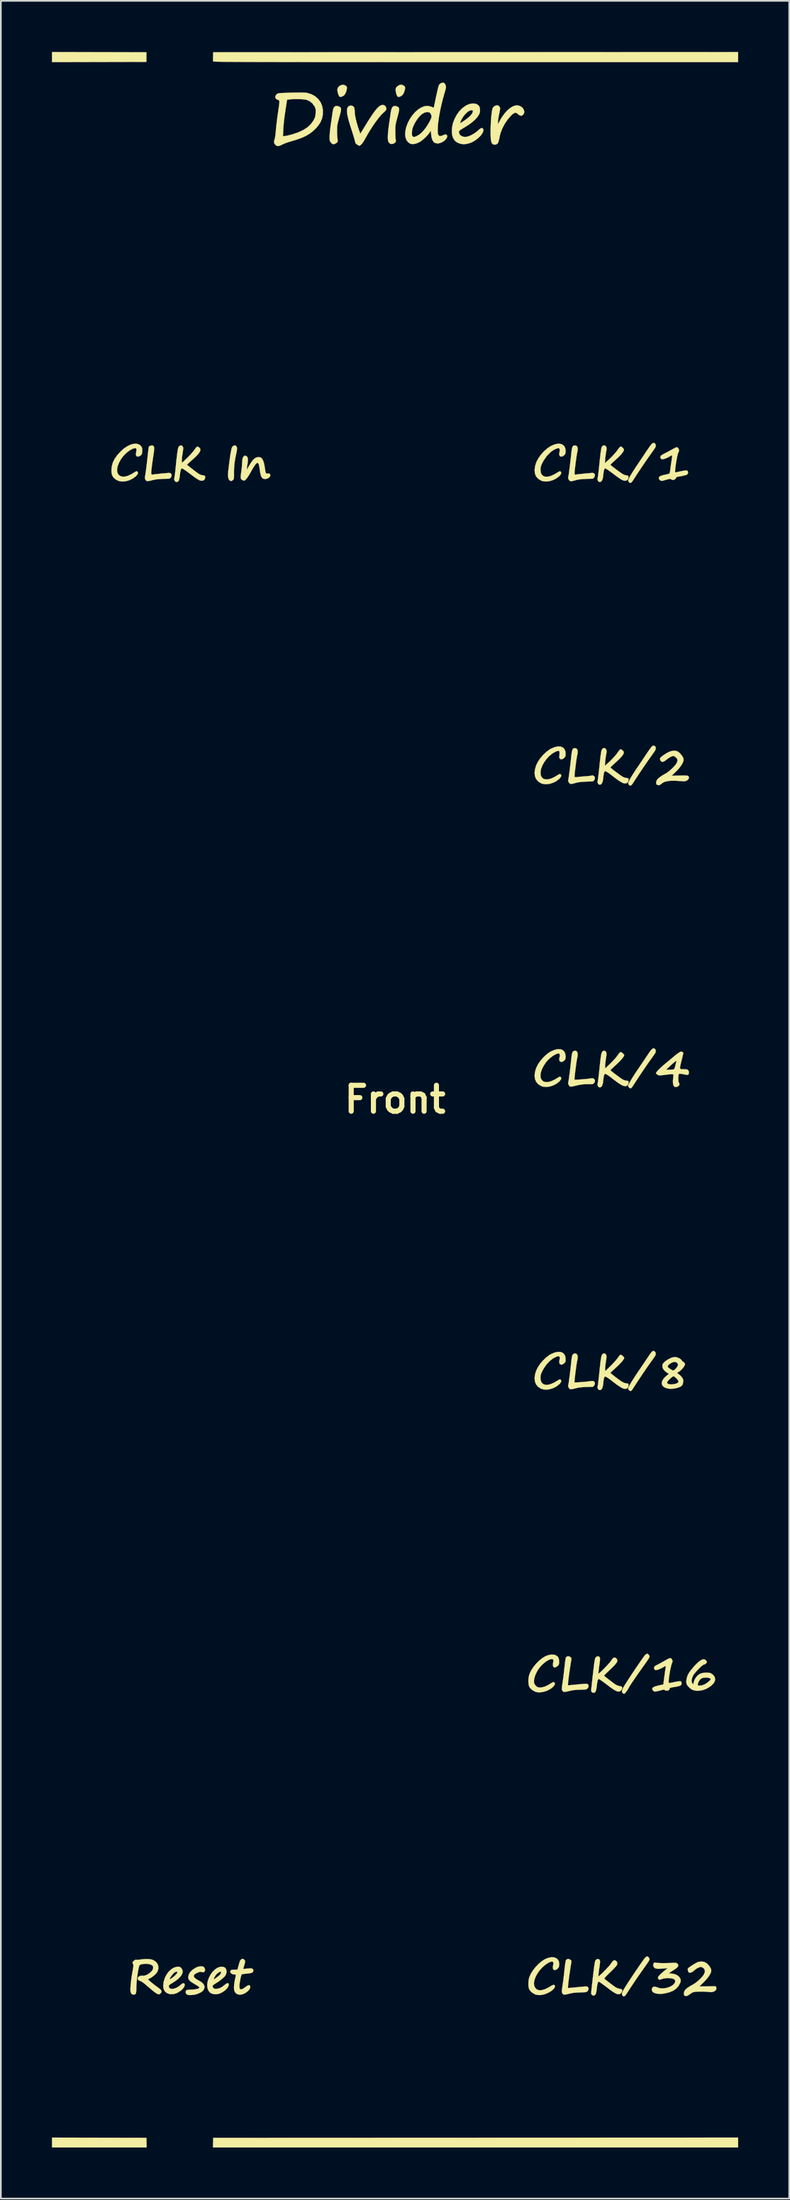
<source format=kicad_pcb>
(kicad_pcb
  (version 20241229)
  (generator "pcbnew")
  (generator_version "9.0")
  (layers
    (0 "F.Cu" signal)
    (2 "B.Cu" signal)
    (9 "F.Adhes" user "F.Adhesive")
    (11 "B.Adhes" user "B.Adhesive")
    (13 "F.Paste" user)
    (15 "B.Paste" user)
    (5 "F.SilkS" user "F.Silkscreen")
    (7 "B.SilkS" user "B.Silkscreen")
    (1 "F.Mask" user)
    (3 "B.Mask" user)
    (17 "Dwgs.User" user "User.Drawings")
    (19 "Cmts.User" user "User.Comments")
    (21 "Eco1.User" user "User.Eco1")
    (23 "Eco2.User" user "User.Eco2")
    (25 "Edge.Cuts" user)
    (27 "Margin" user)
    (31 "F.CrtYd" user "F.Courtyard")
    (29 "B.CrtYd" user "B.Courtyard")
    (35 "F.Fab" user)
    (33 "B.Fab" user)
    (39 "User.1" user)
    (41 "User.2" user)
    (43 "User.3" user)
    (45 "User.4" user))
  (footprint "Front"
    (layer "F.Cu")
    (at 20.156 61.53)
    (property "Reference" "Front" (at 0 0 0) (layer "F.SilkS") (effects (font (size 1.524 1.524) (thickness 0.3))))
    (attr through_hole)
    (fp_poly (pts (xy -14.605 -61.51) (xy -14.605 -60.946) (xy -20.151 -60.932) (xy -20.151 -61.525) (xy -14.605 -61.51)) (stroke (width 0.01) (type solid)) (fill yes) (layer "F.SilkS"))
    (fp_poly (pts (xy 20.151 61.553) (xy -10.698 61.553) (xy -10.682 60.988) (xy 20.151 60.974) (xy 20.151 61.553)) (stroke (width 0.01) (type solid)) (fill yes) (layer "F.SilkS"))
    (fp_poly (pts (xy -17.378 60.981) (xy -14.605 60.987) (xy -14.589 61.553) (xy -20.151 61.553) (xy -20.151 61.263) (xy -20.151 60.974) (xy -17.378 60.981)) (stroke (width 0.01) (type solid)) (fill yes) (layer "F.SilkS"))
    (fp_poly (pts (xy 0.441 -59.587) (xy 0.521 -59.544) (xy 0.572 -59.496) (xy 0.59 -59.443) (xy 0.586 -59.367) (xy 0.557 -59.233) (xy 0.508 -59.107) (xy 0.444 -59.007) (xy 0.376 -58.948) (xy 0.275 -58.901) (xy 0.208 -58.884) (xy 0.162 -58.898) (xy 0.128 -58.937) (xy 0.086 -59.026) (xy 0.055 -59.141) (xy 0.036 -59.26) (xy 0.036 -59.361) (xy 0.044 -59.399) (xy 0.098 -59.481) (xy 0.187 -59.552) (xy 0.291 -59.597) (xy 0.353 -59.605) (xy 0.441 -59.587)) (stroke (width 0.01) (type solid)) (fill yes) (layer "F.SilkS"))
    (fp_poly (pts (xy -2.897 -59.547) (xy -2.893 -59.544) (xy -2.845 -59.5) (xy -2.827 -59.452) (xy -2.83 -59.379) (xy -2.833 -59.358) (xy -2.866 -59.211) (xy -2.92 -59.083) (xy -2.987 -58.988) (xy -3.038 -58.948) (xy -3.14 -58.901) (xy -3.208 -58.884) (xy -3.253 -58.898) (xy -3.285 -58.934) (xy -3.317 -58.998) (xy -3.35 -59.092) (xy -3.368 -59.154) (xy -3.39 -59.296) (xy -3.37 -59.406) (xy -3.304 -59.496) (xy -3.246 -59.542) (xy -3.126 -59.595) (xy -3.006 -59.597) (xy -2.897 -59.547)) (stroke (width 0.01) (type solid)) (fill yes) (layer "F.SilkS"))
    (fp_poly (pts (xy -9.381 -38.416) (xy -9.373 -38.412) (xy -9.316 -38.363) (xy -9.287 -38.285) (xy -9.286 -38.172) (xy -9.311 -38.018) (xy -9.318 -37.985) (xy -9.378 -37.7) (xy -9.42 -37.45) (xy -9.446 -37.219) (xy -9.459 -36.99) (xy -9.461 -36.823) (xy -9.46 -36.669) (xy -9.462 -36.56) (xy -9.467 -36.488) (xy -9.477 -36.442) (xy -9.494 -36.412) (xy -9.52 -36.388) (xy -9.531 -36.379) (xy -9.587 -36.338) (xy -9.627 -36.327) (xy -9.679 -36.342) (xy -9.699 -36.35) (xy -9.757 -36.404) (xy -9.795 -36.506) (xy -9.811 -36.655) (xy -9.805 -36.846) (xy -9.795 -36.943) (xy -9.766 -37.183) (xy -9.738 -37.409) (xy -9.711 -37.611) (xy -9.687 -37.783) (xy -9.666 -37.914) (xy -9.653 -37.987) (xy -9.633 -38.093) (xy -9.614 -38.198) (xy -9.61 -38.219) (xy -9.578 -38.309) (xy -9.519 -38.379) (xy -9.449 -38.418) (xy -9.381 -38.416)) (stroke (width 0.01) (type solid)) (fill yes) (layer "F.SilkS"))
    (fp_poly (pts (xy 20.151 -60.932) (xy 4.74 -60.932) (xy 3.601 -60.932) (xy 2.517 -60.932) (xy 1.487 -60.932) (xy 0.51 -60.932) (xy -0.416 -60.932) (xy -1.292 -60.933) (xy -2.119 -60.933) (xy -2.899 -60.933) (xy -3.633 -60.934) (xy -4.321 -60.934) (xy -4.966 -60.935) (xy -5.568 -60.935) (xy -6.13 -60.936) (xy -6.651 -60.937) (xy -7.134 -60.938) (xy -7.58 -60.938) (xy -7.989 -60.939) (xy -8.364 -60.941) (xy -8.705 -60.942) (xy -9.014 -60.943) (xy -9.293 -60.944) (xy -9.541 -60.946) (xy -9.761 -60.947) (xy -9.955 -60.949) (xy -10.122 -60.951) (xy -10.265 -60.953) (xy -10.384 -60.955) (xy -10.482 -60.957) (xy -10.559 -60.959) (xy -10.616 -60.962) (xy -10.655 -60.964) (xy -10.677 -60.967) (xy -10.684 -60.969) (xy -10.69 -61.013) (xy -10.692 -61.098) (xy -10.692 -61.209) (xy -10.69 -61.259) (xy -10.682 -61.51) (xy 20.151 -61.524) (xy 20.151 -60.932)) (stroke (width 0.01) (type solid)) (fill yes) (layer "F.SilkS"))
    (fp_poly (pts (xy 14.882 50.371) (xy 14.918 50.419) (xy 14.937 50.45) (xy 14.947 50.479) (xy 14.945 50.514) (xy 14.929 50.56) (xy 14.894 50.624) (xy 14.837 50.711) (xy 14.755 50.829) (xy 14.645 50.984) (xy 14.585 51.068) (xy 14.392 51.343) (xy 14.185 51.643) (xy 13.977 51.951) (xy 13.78 52.248) (xy 13.617 52.5) (xy 13.542 52.607) (xy 13.483 52.667) (xy 13.433 52.682) (xy 13.385 52.657) (xy 13.369 52.64) (xy 13.334 52.59) (xy 13.325 52.535) (xy 13.343 52.462) (xy 13.389 52.357) (xy 13.407 52.322) (xy 13.446 52.251) (xy 13.512 52.143) (xy 13.6 52.005) (xy 13.705 51.842) (xy 13.823 51.663) (xy 13.948 51.473) (xy 14.077 51.28) (xy 14.205 51.09) (xy 14.328 50.911) (xy 14.441 50.748) (xy 14.538 50.609) (xy 14.617 50.5) (xy 14.672 50.428) (xy 14.69 50.408) (xy 14.766 50.345) (xy 14.826 50.332) (xy 14.882 50.371)) (stroke (width 0.01) (type solid)) (fill yes) (layer "F.SilkS"))
    (fp_poly (pts (xy 15.238 -2.993) (xy 15.298 -2.932) (xy 15.317 -2.845) (xy 15.292 -2.747) (xy 15.281 -2.727) (xy 15.245 -2.671) (xy 15.184 -2.581) (xy 15.105 -2.47) (xy 15.018 -2.348) (xy 15.006 -2.332) (xy 14.916 -2.206) (xy 14.802 -2.043) (xy 14.673 -1.853) (xy 14.533 -1.648) (xy 14.392 -1.437) (xy 14.255 -1.231) (xy 14.131 -1.041) (xy 14.025 -0.878) (xy 13.989 -0.821) (xy 13.92 -0.72) (xy 13.866 -0.666) (xy 13.818 -0.656) (xy 13.767 -0.685) (xy 13.744 -0.706) (xy 13.703 -0.759) (xy 13.688 -0.797) (xy 13.705 -0.852) (xy 13.75 -0.947) (xy 13.821 -1.076) (xy 13.915 -1.233) (xy 14.027 -1.412) (xy 14.154 -1.607) (xy 14.269 -1.778) (xy 14.389 -1.953) (xy 14.514 -2.138) (xy 14.636 -2.319) (xy 14.745 -2.481) (xy 14.826 -2.604) (xy 14.934 -2.764) (xy 15.02 -2.879) (xy 15.089 -2.955) (xy 15.145 -2.996) (xy 15.194 -3.006) (xy 15.238 -2.993)) (stroke (width 0.01) (type solid)) (fill yes) (layer "F.SilkS"))
    (fp_poly (pts (xy 15.198 14.773) (xy 15.225 14.783) (xy 15.293 14.841) (xy 15.317 14.925) (xy 15.296 15.023) (xy 15.281 15.053) (xy 15.245 15.109) (xy 15.184 15.199) (xy 15.105 15.31) (xy 15.018 15.432) (xy 15.006 15.448) (xy 14.916 15.574) (xy 14.802 15.737) (xy 14.673 15.927) (xy 14.533 16.132) (xy 14.392 16.343) (xy 14.255 16.549) (xy 14.131 16.739) (xy 14.025 16.902) (xy 13.989 16.959) (xy 13.92 17.06) (xy 13.866 17.114) (xy 13.818 17.124) (xy 13.767 17.095) (xy 13.744 17.074) (xy 13.703 17.021) (xy 13.688 16.983) (xy 13.705 16.928) (xy 13.75 16.833) (xy 13.821 16.704) (xy 13.915 16.547) (xy 14.027 16.368) (xy 14.154 16.173) (xy 14.269 16.002) (xy 14.388 15.828) (xy 14.513 15.644) (xy 14.633 15.465) (xy 14.741 15.305) (xy 14.822 15.184) (xy 14.926 15.027) (xy 15.007 14.912) (xy 15.069 14.835) (xy 15.118 14.79) (xy 15.159 14.771) (xy 15.198 14.773)) (stroke (width 0.01) (type solid)) (fill yes) (layer "F.SilkS"))
    (fp_poly (pts (xy 15.253 -20.767) (xy 15.298 -20.714) (xy 15.316 -20.637) (xy 15.3 -20.547) (xy 15.281 -20.507) (xy 15.246 -20.453) (xy 15.185 -20.364) (xy 15.106 -20.251) (xy 15.016 -20.124) (xy 14.974 -20.066) (xy 14.862 -19.907) (xy 14.727 -19.713) (xy 14.579 -19.496) (xy 14.426 -19.268) (xy 14.276 -19.043) (xy 14.137 -18.832) (xy 14.019 -18.648) (xy 13.989 -18.601) (xy 13.913 -18.494) (xy 13.85 -18.44) (xy 13.795 -18.435) (xy 13.742 -18.479) (xy 13.726 -18.502) (xy 13.703 -18.541) (xy 13.696 -18.577) (xy 13.707 -18.625) (xy 13.739 -18.699) (xy 13.778 -18.777) (xy 13.826 -18.866) (xy 13.9 -18.989) (xy 13.991 -19.135) (xy 14.094 -19.294) (xy 14.195 -19.445) (xy 14.317 -19.625) (xy 14.451 -19.824) (xy 14.585 -20.024) (xy 14.708 -20.208) (xy 14.778 -20.313) (xy 14.87 -20.449) (xy 14.957 -20.571) (xy 15.032 -20.67) (xy 15.087 -20.736) (xy 15.112 -20.759) (xy 15.189 -20.786) (xy 15.253 -20.767)) (stroke (width 0.01) (type solid)) (fill yes) (layer "F.SilkS"))
    (fp_poly (pts (xy -3.308 -58.331) (xy -3.24 -58.298) (xy -3.196 -58.257) (xy -3.174 -58.199) (xy -3.174 -58.115) (xy -3.195 -57.997) (xy -3.236 -57.837) (xy -3.253 -57.778) (xy -3.295 -57.625) (xy -3.335 -57.474) (xy -3.367 -57.343) (xy -3.388 -57.248) (xy -3.388 -57.247) (xy -3.4 -57.139) (xy -3.406 -56.993) (xy -3.406 -56.826) (xy -3.401 -56.654) (xy -3.39 -56.496) (xy -3.374 -56.369) (xy -3.372 -56.36) (xy -3.367 -56.282) (xy -3.394 -56.226) (xy -3.421 -56.198) (xy -3.499 -56.146) (xy -3.577 -56.117) (xy -3.644 -56.113) (xy -3.699 -56.137) (xy -3.752 -56.185) (xy -3.818 -56.272) (xy -3.842 -56.37) (xy -3.842 -56.379) (xy -3.844 -56.54) (xy -3.837 -56.715) (xy -3.819 -56.915) (xy -3.79 -57.152) (xy -3.764 -57.333) (xy -3.738 -57.509) (xy -3.713 -57.681) (xy -3.691 -57.836) (xy -3.674 -57.957) (xy -3.667 -58.008) (xy -3.634 -58.172) (xy -3.583 -58.283) (xy -3.512 -58.344) (xy -3.418 -58.358) (xy -3.308 -58.331)) (stroke (width 0.01) (type solid)) (fill yes) (layer "F.SilkS"))
    (fp_poly (pts (xy 15.253 -38.547) (xy 15.298 -38.494) (xy 15.316 -38.417) (xy 15.3 -38.327) (xy 15.281 -38.287) (xy 15.246 -38.233) (xy 15.185 -38.144) (xy 15.106 -38.031) (xy 15.016 -37.904) (xy 14.975 -37.846) (xy 14.862 -37.687) (xy 14.728 -37.494) (xy 14.58 -37.277) (xy 14.427 -37.049) (xy 14.276 -36.823) (xy 14.137 -36.611) (xy 14.017 -36.425) (xy 13.989 -36.38) (xy 13.913 -36.274) (xy 13.85 -36.22) (xy 13.795 -36.215) (xy 13.742 -36.259) (xy 13.726 -36.281) (xy 13.703 -36.323) (xy 13.696 -36.361) (xy 13.71 -36.413) (xy 13.745 -36.494) (xy 13.761 -36.526) (xy 13.802 -36.603) (xy 13.869 -36.716) (xy 13.955 -36.855) (xy 14.054 -37.01) (xy 14.16 -37.17) (xy 14.177 -37.195) (xy 14.3 -37.378) (xy 14.434 -37.578) (xy 14.568 -37.778) (xy 14.69 -37.962) (xy 14.777 -38.093) (xy 14.87 -38.229) (xy 14.957 -38.351) (xy 15.031 -38.45) (xy 15.087 -38.516) (xy 15.112 -38.539) (xy 15.189 -38.566) (xy 15.253 -38.547)) (stroke (width 0.01) (type solid)) (fill yes) (layer "F.SilkS"))
    (fp_poly (pts (xy 0.092 -58.336) (xy 0.107 -58.331) (xy 0.169 -58.302) (xy 0.212 -58.267) (xy 0.236 -58.218) (xy 0.24 -58.146) (xy 0.227 -58.045) (xy 0.196 -57.906) (xy 0.147 -57.722) (xy 0.14 -57.696) (xy 0.093 -57.525) (xy 0.06 -57.394) (xy 0.038 -57.286) (xy 0.025 -57.186) (xy 0.018 -57.081) (xy 0.016 -56.953) (xy 0.016 -56.868) (xy 0.018 -56.716) (xy 0.022 -56.574) (xy 0.029 -56.457) (xy 0.038 -56.38) (xy 0.039 -56.374) (xy 0.049 -56.295) (xy 0.035 -56.244) (xy -0.006 -56.198) (xy -0.103 -56.135) (xy -0.206 -56.117) (xy -0.298 -56.145) (xy -0.305 -56.149) (xy -0.366 -56.213) (xy -0.4 -56.271) (xy -0.419 -56.363) (xy -0.426 -56.505) (xy -0.42 -56.689) (xy -0.401 -56.911) (xy -0.371 -57.164) (xy -0.351 -57.305) (xy -0.325 -57.48) (xy -0.299 -57.651) (xy -0.277 -57.804) (xy -0.26 -57.925) (xy -0.253 -57.975) (xy -0.22 -58.147) (xy -0.171 -58.266) (xy -0.105 -58.335) (xy -0.018 -58.358) (xy 0.092 -58.336)) (stroke (width 0.01) (type solid)) (fill yes) (layer "F.SilkS"))
    (fp_poly (pts (xy 14.882 32.591) (xy 14.918 32.639) (xy 14.937 32.67) (xy 14.947 32.699) (xy 14.945 32.734) (xy 14.929 32.78) (xy 14.894 32.843) (xy 14.837 32.931) (xy 14.756 33.049) (xy 14.646 33.204) (xy 14.586 33.288) (xy 14.403 33.546) (xy 14.236 33.785) (xy 14.087 33.999) (xy 13.96 34.186) (xy 13.858 34.34) (xy 13.783 34.458) (xy 13.738 34.536) (xy 13.734 34.545) (xy 13.683 34.637) (xy 13.62 34.732) (xy 13.555 34.817) (xy 13.497 34.881) (xy 13.456 34.91) (xy 13.452 34.911) (xy 13.405 34.892) (xy 13.368 34.859) (xy 13.334 34.81) (xy 13.325 34.754) (xy 13.343 34.68) (xy 13.39 34.575) (xy 13.407 34.542) (xy 13.446 34.471) (xy 13.512 34.363) (xy 13.6 34.225) (xy 13.705 34.062) (xy 13.823 33.883) (xy 13.948 33.693) (xy 14.077 33.5) (xy 14.205 33.31) (xy 14.328 33.131) (xy 14.441 32.968) (xy 14.538 32.829) (xy 14.617 32.72) (xy 14.672 32.648) (xy 14.69 32.628) (xy 14.766 32.565) (xy 14.826 32.552) (xy 14.882 32.591)) (stroke (width 0.01) (type solid)) (fill yes) (layer "F.SilkS"))
    (fp_poly (pts (xy -14.232 -38.408) (xy -14.189 -38.381) (xy -14.162 -38.334) (xy -14.15 -38.259) (xy -14.153 -38.149) (xy -14.17 -37.997) (xy -14.192 -37.849) (xy -14.241 -37.527) (xy -14.279 -37.26) (xy -14.304 -37.046) (xy -14.319 -36.886) (xy -14.322 -36.779) (xy -14.313 -36.723) (xy -14.307 -36.716) (xy -14.256 -36.703) (xy -14.241 -36.706) (xy -14.204 -36.712) (xy -14.124 -36.722) (xy -14.009 -36.735) (xy -13.874 -36.749) (xy -13.728 -36.764) (xy -13.583 -36.778) (xy -13.451 -36.79) (xy -13.343 -36.799) (xy -13.271 -36.804) (xy -13.255 -36.805) (xy -13.178 -36.781) (xy -13.132 -36.716) (xy -13.123 -36.657) (xy -13.142 -36.581) (xy -13.188 -36.512) (xy -13.246 -36.468) (xy -13.271 -36.463) (xy -13.519 -36.457) (xy -13.721 -36.45) (xy -13.885 -36.438) (xy -14.023 -36.423) (xy -14.145 -36.402) (xy -14.259 -36.375) (xy -14.269 -36.373) (xy -14.422 -36.336) (xy -14.531 -36.321) (xy -14.587 -36.326) (xy -14.646 -36.374) (xy -14.686 -36.454) (xy -14.696 -36.543) (xy -14.692 -36.563) (xy -14.677 -36.638) (xy -14.658 -36.76) (xy -14.635 -36.922) (xy -14.61 -37.114) (xy -14.584 -37.329) (xy -14.558 -37.557) (xy -14.535 -37.761) (xy -14.517 -37.93) (xy -14.499 -38.082) (xy -14.483 -38.206) (xy -14.47 -38.293) (xy -14.462 -38.334) (xy -14.418 -38.381) (xy -14.343 -38.411) (xy -14.261 -38.415) (xy -14.232 -38.408)) (stroke (width 0.01) (type solid)) (fill yes) (layer "F.SilkS"))
    (fp_poly (pts (xy -11.309 50.922) (xy -11.236 50.953) (xy -11.226 50.962) (xy -11.174 51.049) (xy -11.16 51.134) (xy -11.18 51.206) (xy -11.229 51.253) (xy -11.301 51.265) (xy -11.355 51.248) (xy -11.413 51.233) (xy -11.482 51.242) (xy -11.556 51.267) (xy -11.701 51.334) (xy -11.791 51.403) (xy -11.824 51.476) (xy -11.802 51.552) (xy -11.723 51.633) (xy -11.589 51.719) (xy -11.509 51.76) (xy -11.357 51.852) (xy -11.253 51.957) (xy -11.198 52.069) (xy -11.191 52.126) (xy -11.218 52.253) (xy -11.297 52.363) (xy -11.429 52.457) (xy -11.615 52.535) (xy -11.717 52.566) (xy -11.836 52.589) (xy -11.966 52.601) (xy -12.087 52.602) (xy -12.178 52.591) (xy -12.192 52.587) (xy -12.26 52.539) (xy -12.297 52.466) (xy -12.3 52.388) (xy -12.262 52.323) (xy -12.261 52.322) (xy -12.205 52.302) (xy -12.099 52.288) (xy -11.957 52.281) (xy -11.802 52.272) (xy -11.67 52.252) (xy -11.568 52.223) (xy -11.507 52.187) (xy -11.493 52.148) (xy -11.521 52.119) (xy -11.587 52.071) (xy -11.681 52.012) (xy -11.749 51.971) (xy -11.904 51.878) (xy -12.015 51.801) (xy -12.087 51.733) (xy -12.129 51.667) (xy -12.146 51.596) (xy -12.147 51.552) (xy -12.116 51.395) (xy -12.032 51.249) (xy -11.898 51.117) (xy -11.716 51.001) (xy -11.65 50.969) (xy -11.533 50.93) (xy -11.413 50.914) (xy -11.309 50.922)) (stroke (width 0.01) (type solid)) (fill yes) (layer "F.SilkS"))
    (fp_poly (pts (xy 10.222 32.705) (xy 10.289 32.746) (xy 10.366 32.813) (xy 10.305 33.206) (xy 10.27 33.435) (xy 10.238 33.656) (xy 10.21 33.86) (xy 10.187 34.04) (xy 10.171 34.185) (xy 10.162 34.289) (xy 10.16 34.327) (xy 10.16 34.41) (xy 10.393 34.389) (xy 10.535 34.376) (xy 10.702 34.36) (xy 10.862 34.345) (xy 10.894 34.342) (xy 11.052 34.327) (xy 11.163 34.319) (xy 11.237 34.317) (xy 11.284 34.324) (xy 11.314 34.338) (xy 11.335 34.361) (xy 11.337 34.363) (xy 11.371 34.444) (xy 11.352 34.527) (xy 11.31 34.585) (xy 11.283 34.614) (xy 11.252 34.635) (xy 11.209 34.648) (xy 11.143 34.657) (xy 11.043 34.663) (xy 10.9 34.667) (xy 10.851 34.669) (xy 10.622 34.679) (xy 10.44 34.698) (xy 10.309 34.723) (xy 10.301 34.726) (xy 10.185 34.756) (xy 10.066 34.781) (xy 10.015 34.789) (xy 9.932 34.795) (xy 9.883 34.784) (xy 9.847 34.749) (xy 9.834 34.73) (xy 9.816 34.7) (xy 9.804 34.67) (xy 9.798 34.63) (xy 9.799 34.573) (xy 9.807 34.491) (xy 9.822 34.374) (xy 9.845 34.215) (xy 9.863 34.092) (xy 9.881 33.961) (xy 9.903 33.79) (xy 9.925 33.598) (xy 9.947 33.402) (xy 9.959 33.293) (xy 9.984 33.074) (xy 10.007 32.911) (xy 10.029 32.804) (xy 10.049 32.754) (xy 10.05 32.753) (xy 10.135 32.701) (xy 10.222 32.705)) (stroke (width 0.01) (type solid)) (fill yes) (layer "F.SilkS"))
    (fp_poly (pts (xy 10.222 50.485) (xy 10.289 50.526) (xy 10.366 50.593) (xy 10.305 50.986) (xy 10.27 51.215) (xy 10.238 51.436) (xy 10.21 51.64) (xy 10.187 51.82) (xy 10.171 51.965) (xy 10.162 52.069) (xy 10.16 52.107) (xy 10.16 52.19) (xy 10.393 52.169) (xy 10.535 52.156) (xy 10.702 52.14) (xy 10.862 52.125) (xy 10.894 52.122) (xy 11.052 52.107) (xy 11.163 52.099) (xy 11.237 52.097) (xy 11.284 52.104) (xy 11.314 52.118) (xy 11.335 52.141) (xy 11.337 52.143) (xy 11.371 52.225) (xy 11.351 52.307) (xy 11.31 52.365) (xy 11.282 52.393) (xy 11.252 52.413) (xy 11.208 52.427) (xy 11.14 52.436) (xy 11.039 52.442) (xy 10.894 52.446) (xy 10.851 52.448) (xy 10.62 52.459) (xy 10.437 52.477) (xy 10.307 52.504) (xy 10.301 52.505) (xy 10.185 52.536) (xy 10.066 52.561) (xy 10.015 52.569) (xy 9.932 52.575) (xy 9.883 52.564) (xy 9.847 52.529) (xy 9.834 52.51) (xy 9.816 52.48) (xy 9.804 52.45) (xy 9.798 52.41) (xy 9.799 52.353) (xy 9.807 52.271) (xy 9.822 52.154) (xy 9.845 51.995) (xy 9.863 51.872) (xy 9.881 51.741) (xy 9.903 51.57) (xy 9.925 51.378) (xy 9.947 51.182) (xy 9.959 51.073) (xy 9.984 50.854) (xy 10.007 50.691) (xy 10.029 50.584) (xy 10.049 50.534) (xy 10.05 50.533) (xy 10.135 50.481) (xy 10.222 50.485)) (stroke (width 0.01) (type solid)) (fill yes) (layer "F.SilkS"))
    (fp_poly (pts (xy 9.721 14.829) (xy 9.847 14.877) (xy 9.941 14.965) (xy 10 15.093) (xy 10.019 15.25) (xy 10.016 15.348) (xy 10.001 15.412) (xy 9.966 15.462) (xy 9.931 15.497) (xy 9.836 15.561) (xy 9.751 15.574) (xy 9.685 15.542) (xy 9.648 15.469) (xy 9.648 15.36) (xy 9.653 15.339) (xy 9.676 15.208) (xy 9.672 15.124) (xy 9.637 15.083) (xy 9.568 15.081) (xy 9.467 15.112) (xy 9.273 15.213) (xy 9.084 15.362) (xy 8.907 15.551) (xy 8.749 15.773) (xy 8.641 15.97) (xy 8.585 16.098) (xy 8.554 16.202) (xy 8.542 16.307) (xy 8.541 16.351) (xy 8.56 16.512) (xy 8.616 16.634) (xy 8.706 16.716) (xy 8.828 16.758) (xy 8.976 16.758) (xy 9.149 16.715) (xy 9.341 16.63) (xy 9.494 16.54) (xy 9.592 16.479) (xy 9.656 16.447) (xy 9.697 16.441) (xy 9.723 16.454) (xy 9.763 16.517) (xy 9.749 16.595) (xy 9.682 16.689) (xy 9.636 16.735) (xy 9.463 16.866) (xy 9.269 16.962) (xy 9.067 17.023) (xy 8.868 17.044) (xy 8.681 17.023) (xy 8.565 16.982) (xy 8.404 16.877) (xy 8.288 16.741) (xy 8.218 16.575) (xy 8.196 16.381) (xy 8.22 16.163) (xy 8.29 15.929) (xy 8.389 15.727) (xy 8.528 15.521) (xy 8.697 15.323) (xy 8.883 15.146) (xy 9.074 15.004) (xy 9.182 14.943) (xy 9.385 14.861) (xy 9.565 14.823) (xy 9.721 14.829)) (stroke (width 0.01) (type solid)) (fill yes) (layer "F.SilkS"))
    (fp_poly (pts (xy -0.623 -58.394) (xy -0.553 -58.328) (xy -0.513 -58.237) (xy -0.508 -58.192) (xy -0.519 -58.141) (xy -0.556 -58.084) (xy -0.627 -58.011) (xy -0.681 -57.963) (xy -0.809 -57.837) (xy -0.954 -57.666) (xy -1.113 -57.458) (xy -1.279 -57.222) (xy -1.447 -56.963) (xy -1.612 -56.689) (xy -1.769 -56.409) (xy -1.785 -56.38) (xy -1.857 -56.258) (xy -1.934 -56.152) (xy -2.008 -56.072) (xy -2.069 -56.027) (xy -2.092 -56.021) (xy -2.138 -56.036) (xy -2.208 -56.074) (xy -2.237 -56.093) (xy -2.313 -56.158) (xy -2.342 -56.222) (xy -2.342 -56.236) (xy -2.351 -56.282) (xy -2.375 -56.374) (xy -2.412 -56.502) (xy -2.459 -56.656) (xy -2.514 -56.83) (xy -2.54 -56.91) (xy -2.637 -57.213) (xy -2.713 -57.469) (xy -2.768 -57.683) (xy -2.805 -57.86) (xy -2.823 -58.003) (xy -2.824 -58.119) (xy -2.808 -58.212) (xy -2.79 -58.262) (xy -2.73 -58.336) (xy -2.644 -58.374) (xy -2.549 -58.377) (xy -2.463 -58.342) (xy -2.406 -58.277) (xy -2.387 -58.21) (xy -2.374 -58.114) (xy -2.371 -58.045) (xy -2.358 -57.863) (xy -2.319 -57.641) (xy -2.258 -57.388) (xy -2.177 -57.113) (xy -2.095 -56.873) (xy -2.04 -56.724) (xy -1.75 -57.198) (xy -1.571 -57.487) (xy -1.415 -57.73) (xy -1.28 -57.929) (xy -1.162 -58.089) (xy -1.058 -58.214) (xy -0.966 -58.305) (xy -0.882 -58.368) (xy -0.805 -58.405) (xy -0.729 -58.419) (xy -0.709 -58.42) (xy -0.623 -58.394)) (stroke (width 0.01) (type solid)) (fill yes) (layer "F.SilkS"))
    (fp_poly (pts (xy 9.721 -20.731) (xy 9.847 -20.683) (xy 9.941 -20.595) (xy 10 -20.468) (xy 10.019 -20.311) (xy 10.015 -20.211) (xy 9.999 -20.146) (xy 9.963 -20.092) (xy 9.936 -20.064) (xy 9.85 -20.001) (xy 9.767 -19.98) (xy 9.699 -19.998) (xy 9.656 -20.054) (xy 9.649 -20.128) (xy 9.66 -20.273) (xy 9.662 -20.372) (xy 9.656 -20.433) (xy 9.639 -20.465) (xy 9.611 -20.478) (xy 9.61 -20.478) (xy 9.553 -20.472) (xy 9.469 -20.445) (xy 9.412 -20.422) (xy 9.229 -20.314) (xy 9.053 -20.168) (xy 8.893 -19.994) (xy 8.754 -19.801) (xy 8.644 -19.601) (xy 8.571 -19.403) (xy 8.543 -19.217) (xy 8.543 -19.213) (xy 8.56 -19.051) (xy 8.614 -18.928) (xy 8.704 -18.845) (xy 8.824 -18.803) (xy 8.971 -18.802) (xy 9.143 -18.842) (xy 9.334 -18.926) (xy 9.494 -19.02) (xy 9.592 -19.081) (xy 9.656 -19.113) (xy 9.697 -19.119) (xy 9.723 -19.106) (xy 9.763 -19.043) (xy 9.749 -18.965) (xy 9.682 -18.871) (xy 9.636 -18.825) (xy 9.463 -18.694) (xy 9.269 -18.598) (xy 9.067 -18.537) (xy 8.868 -18.516) (xy 8.681 -18.537) (xy 8.565 -18.578) (xy 8.404 -18.683) (xy 8.288 -18.819) (xy 8.218 -18.985) (xy 8.196 -19.179) (xy 8.22 -19.397) (xy 8.29 -19.631) (xy 8.389 -19.833) (xy 8.528 -20.039) (xy 8.697 -20.237) (xy 8.883 -20.414) (xy 9.074 -20.556) (xy 9.182 -20.617) (xy 9.385 -20.699) (xy 9.565 -20.737) (xy 9.721 -20.731)) (stroke (width 0.01) (type solid)) (fill yes) (layer "F.SilkS"))
    (fp_poly (pts (xy 9.721 -2.951) (xy 9.847 -2.903) (xy 9.941 -2.815) (xy 10 -2.688) (xy 10.019 -2.531) (xy 10.015 -2.431) (xy 9.999 -2.366) (xy 9.963 -2.312) (xy 9.936 -2.284) (xy 9.847 -2.221) (xy 9.762 -2.205) (xy 9.693 -2.231) (xy 9.65 -2.294) (xy 9.644 -2.388) (xy 9.652 -2.428) (xy 9.677 -2.548) (xy 9.675 -2.639) (xy 9.648 -2.693) (xy 9.637 -2.7) (xy 9.562 -2.702) (xy 9.46 -2.667) (xy 9.339 -2.603) (xy 9.209 -2.516) (xy 9.079 -2.411) (xy 8.96 -2.295) (xy 8.873 -2.193) (xy 8.733 -1.985) (xy 8.63 -1.785) (xy 8.566 -1.597) (xy 8.54 -1.427) (xy 8.553 -1.279) (xy 8.607 -1.158) (xy 8.701 -1.069) (xy 8.723 -1.057) (xy 8.854 -1.02) (xy 9.012 -1.029) (xy 9.192 -1.081) (xy 9.389 -1.176) (xy 9.494 -1.24) (xy 9.592 -1.301) (xy 9.656 -1.333) (xy 9.697 -1.339) (xy 9.723 -1.326) (xy 9.763 -1.263) (xy 9.749 -1.185) (xy 9.682 -1.091) (xy 9.636 -1.045) (xy 9.463 -0.914) (xy 9.269 -0.818) (xy 9.067 -0.757) (xy 8.868 -0.736) (xy 8.681 -0.757) (xy 8.565 -0.798) (xy 8.404 -0.903) (xy 8.288 -1.039) (xy 8.218 -1.205) (xy 8.196 -1.399) (xy 8.22 -1.617) (xy 8.29 -1.851) (xy 8.389 -2.053) (xy 8.528 -2.259) (xy 8.697 -2.457) (xy 8.883 -2.634) (xy 9.074 -2.776) (xy 9.182 -2.837) (xy 9.385 -2.919) (xy 9.565 -2.957) (xy 9.721 -2.951)) (stroke (width 0.01) (type solid)) (fill yes) (layer "F.SilkS"))
    (fp_poly (pts (xy 10.656 -38.395) (xy 10.711 -38.328) (xy 10.731 -38.22) (xy 10.716 -38.071) (xy 10.698 -37.99) (xy 10.686 -37.931) (xy 10.669 -37.827) (xy 10.648 -37.687) (xy 10.625 -37.522) (xy 10.601 -37.342) (xy 10.598 -37.312) (xy 10.572 -37.106) (xy 10.555 -36.949) (xy 10.546 -36.836) (xy 10.547 -36.76) (xy 10.557 -36.717) (xy 10.577 -36.699) (xy 10.607 -36.7) (xy 10.623 -36.706) (xy 10.659 -36.712) (xy 10.74 -36.722) (xy 10.854 -36.735) (xy 10.99 -36.749) (xy 11.136 -36.764) (xy 11.281 -36.778) (xy 11.413 -36.79) (xy 11.521 -36.799) (xy 11.592 -36.804) (xy 11.609 -36.805) (xy 11.686 -36.781) (xy 11.732 -36.716) (xy 11.74 -36.657) (xy 11.722 -36.581) (xy 11.676 -36.512) (xy 11.618 -36.468) (xy 11.592 -36.463) (xy 11.314 -36.455) (xy 11.076 -36.443) (xy 10.881 -36.427) (xy 10.736 -36.406) (xy 10.682 -36.394) (xy 10.575 -36.365) (xy 10.478 -36.339) (xy 10.427 -36.325) (xy 10.346 -36.315) (xy 10.283 -36.324) (xy 10.237 -36.361) (xy 10.195 -36.423) (xy 10.168 -36.49) (xy 10.169 -36.539) (xy 10.169 -36.54) (xy 10.179 -36.578) (xy 10.194 -36.663) (xy 10.213 -36.788) (xy 10.234 -36.945) (xy 10.258 -37.124) (xy 10.282 -37.318) (xy 10.305 -37.518) (xy 10.328 -37.717) (xy 10.344 -37.874) (xy 10.365 -38.064) (xy 10.386 -38.204) (xy 10.411 -38.302) (xy 10.441 -38.365) (xy 10.48 -38.401) (xy 10.532 -38.416) (xy 10.569 -38.417) (xy 10.656 -38.395)) (stroke (width 0.01) (type solid)) (fill yes) (layer "F.SilkS"))
    (fp_poly (pts (xy 10.656 -20.615) (xy 10.711 -20.548) (xy 10.731 -20.44) (xy 10.716 -20.291) (xy 10.698 -20.21) (xy 10.686 -20.151) (xy 10.669 -20.047) (xy 10.648 -19.907) (xy 10.625 -19.742) (xy 10.601 -19.562) (xy 10.598 -19.532) (xy 10.571 -19.318) (xy 10.554 -19.156) (xy 10.545 -19.041) (xy 10.545 -18.97) (xy 10.553 -18.939) (xy 10.555 -18.937) (xy 10.6 -18.93) (xy 10.677 -18.934) (xy 10.724 -18.94) (xy 10.811 -18.951) (xy 10.936 -18.963) (xy 11.078 -18.975) (xy 11.167 -18.981) (xy 11.299 -18.992) (xy 11.417 -19.005) (xy 11.504 -19.018) (xy 11.54 -19.026) (xy 11.624 -19.032) (xy 11.694 -18.993) (xy 11.736 -18.92) (xy 11.74 -18.88) (xy 11.722 -18.803) (xy 11.676 -18.732) (xy 11.618 -18.688) (xy 11.592 -18.683) (xy 11.314 -18.675) (xy 11.076 -18.663) (xy 10.881 -18.647) (xy 10.736 -18.626) (xy 10.682 -18.614) (xy 10.575 -18.585) (xy 10.478 -18.559) (xy 10.427 -18.545) (xy 10.346 -18.535) (xy 10.283 -18.544) (xy 10.237 -18.581) (xy 10.195 -18.643) (xy 10.168 -18.71) (xy 10.169 -18.759) (xy 10.169 -18.76) (xy 10.179 -18.798) (xy 10.194 -18.883) (xy 10.213 -19.008) (xy 10.234 -19.165) (xy 10.258 -19.344) (xy 10.282 -19.538) (xy 10.305 -19.738) (xy 10.328 -19.937) (xy 10.344 -20.094) (xy 10.365 -20.284) (xy 10.386 -20.424) (xy 10.411 -20.522) (xy 10.441 -20.585) (xy 10.48 -20.621) (xy 10.532 -20.636) (xy 10.569 -20.637) (xy 10.656 -20.615)) (stroke (width 0.01) (type solid)) (fill yes) (layer "F.SilkS"))
    (fp_poly (pts (xy 10.619 -2.857) (xy 10.669 -2.827) (xy 10.717 -2.753) (xy 10.731 -2.636) (xy 10.71 -2.481) (xy 10.698 -2.43) (xy 10.685 -2.367) (xy 10.668 -2.264) (xy 10.649 -2.132) (xy 10.628 -1.979) (xy 10.606 -1.816) (xy 10.585 -1.652) (xy 10.567 -1.498) (xy 10.552 -1.362) (xy 10.542 -1.255) (xy 10.537 -1.186) (xy 10.538 -1.165) (xy 10.571 -1.161) (xy 10.648 -1.162) (xy 10.759 -1.168) (xy 10.893 -1.177) (xy 11.037 -1.188) (xy 11.181 -1.201) (xy 11.313 -1.214) (xy 11.423 -1.227) (xy 11.498 -1.239) (xy 11.514 -1.243) (xy 11.614 -1.247) (xy 11.69 -1.211) (xy 11.736 -1.147) (xy 11.743 -1.066) (xy 11.704 -0.982) (xy 11.684 -0.96) (xy 11.656 -0.933) (xy 11.629 -0.916) (xy 11.589 -0.905) (xy 11.528 -0.9) (xy 11.434 -0.899) (xy 11.295 -0.901) (xy 11.275 -0.901) (xy 11.088 -0.895) (xy 10.886 -0.869) (xy 10.654 -0.822) (xy 10.441 -0.769) (xy 10.358 -0.757) (xy 10.288 -0.762) (xy 10.283 -0.764) (xy 10.237 -0.801) (xy 10.195 -0.863) (xy 10.168 -0.93) (xy 10.169 -0.979) (xy 10.169 -0.98) (xy 10.179 -1.018) (xy 10.194 -1.103) (xy 10.213 -1.228) (xy 10.234 -1.385) (xy 10.258 -1.564) (xy 10.282 -1.758) (xy 10.305 -1.958) (xy 10.328 -2.157) (xy 10.344 -2.314) (xy 10.364 -2.496) (xy 10.383 -2.63) (xy 10.404 -2.724) (xy 10.43 -2.786) (xy 10.465 -2.826) (xy 10.511 -2.851) (xy 10.544 -2.862) (xy 10.619 -2.857)) (stroke (width 0.01) (type solid)) (fill yes) (layer "F.SilkS"))
    (fp_poly (pts (xy 10.619 14.923) (xy 10.669 14.953) (xy 10.717 15.027) (xy 10.731 15.144) (xy 10.71 15.299) (xy 10.698 15.35) (xy 10.685 15.413) (xy 10.668 15.516) (xy 10.649 15.648) (xy 10.628 15.801) (xy 10.606 15.964) (xy 10.585 16.128) (xy 10.567 16.282) (xy 10.552 16.418) (xy 10.542 16.525) (xy 10.537 16.594) (xy 10.538 16.615) (xy 10.571 16.619) (xy 10.648 16.618) (xy 10.759 16.612) (xy 10.893 16.603) (xy 11.037 16.592) (xy 11.181 16.579) (xy 11.313 16.566) (xy 11.423 16.553) (xy 11.498 16.541) (xy 11.514 16.537) (xy 11.618 16.53) (xy 11.695 16.566) (xy 11.736 16.638) (xy 11.74 16.68) (xy 11.722 16.757) (xy 11.676 16.828) (xy 11.618 16.872) (xy 11.592 16.878) (xy 11.358 16.883) (xy 11.171 16.889) (xy 11.022 16.897) (xy 10.9 16.908) (xy 10.797 16.922) (xy 10.702 16.94) (xy 10.606 16.964) (xy 10.595 16.967) (xy 10.462 16.999) (xy 10.356 17.017) (xy 10.29 17.018) (xy 10.282 17.016) (xy 10.236 16.979) (xy 10.194 16.916) (xy 10.168 16.849) (xy 10.169 16.801) (xy 10.169 16.8) (xy 10.179 16.762) (xy 10.194 16.677) (xy 10.213 16.552) (xy 10.234 16.395) (xy 10.258 16.216) (xy 10.282 16.022) (xy 10.305 15.822) (xy 10.328 15.623) (xy 10.344 15.466) (xy 10.364 15.284) (xy 10.383 15.15) (xy 10.404 15.056) (xy 10.43 14.994) (xy 10.465 14.954) (xy 10.511 14.929) (xy 10.544 14.918) (xy 10.619 14.923)) (stroke (width 0.01) (type solid)) (fill yes) (layer "F.SilkS"))
    (fp_poly (pts (xy -12.662 50.944) (xy -12.597 50.979) (xy -12.553 51.023) (xy -12.488 51.133) (xy -12.476 51.253) (xy -12.517 51.383) (xy -12.608 51.519) (xy -12.75 51.66) (xy -12.939 51.803) (xy -13.099 51.903) (xy -13.201 51.966) (xy -13.261 52.014) (xy -13.288 52.056) (xy -13.293 52.083) (xy -13.271 52.167) (xy -13.211 52.219) (xy -13.122 52.241) (xy -13.01 52.232) (xy -12.885 52.194) (xy -12.755 52.128) (xy -12.628 52.034) (xy -12.607 52.016) (xy -12.512 51.938) (xy -12.443 51.906) (xy -12.393 51.917) (xy -12.362 51.957) (xy -12.353 52.029) (xy -12.387 52.121) (xy -12.457 52.221) (xy -12.558 52.321) (xy -12.594 52.349) (xy -12.791 52.473) (xy -12.98 52.54) (xy -13.166 52.553) (xy -13.274 52.535) (xy -13.423 52.473) (xy -13.531 52.374) (xy -13.596 52.237) (xy -13.619 52.065) (xy -13.599 51.856) (xy -13.592 51.821) (xy -13.541 51.653) (xy -13.236 51.653) (xy -13.217 51.662) (xy -13.166 51.64) (xy -13.093 51.593) (xy -13.008 51.528) (xy -12.924 51.453) (xy -12.853 51.378) (xy -12.803 51.313) (xy -12.785 51.271) (xy -12.804 51.231) (xy -12.855 51.228) (xy -12.927 51.258) (xy -12.985 51.3) (xy -13.043 51.359) (xy -13.109 51.439) (xy -13.17 51.524) (xy -13.216 51.6) (xy -13.236 51.65) (xy -13.236 51.653) (xy -13.541 51.653) (xy -13.526 51.602) (xy -13.426 51.403) (xy -13.3 51.23) (xy -13.153 51.092) (xy -12.992 50.993) (xy -12.823 50.942) (xy -12.75 50.936) (xy -12.662 50.944)) (stroke (width 0.01) (type solid)) (fill yes) (layer "F.SilkS"))
    (fp_poly (pts (xy 9.744 -38.503) (xy 9.859 -38.452) (xy 9.946 -38.365) (xy 10.001 -38.241) (xy 10.019 -38.091) (xy 10.015 -37.991) (xy 9.999 -37.926) (xy 9.963 -37.872) (xy 9.936 -37.844) (xy 9.842 -37.775) (xy 9.757 -37.757) (xy 9.689 -37.783) (xy 9.649 -37.85) (xy 9.645 -37.952) (xy 9.655 -38) (xy 9.676 -38.119) (xy 9.667 -38.206) (xy 9.628 -38.253) (xy 9.61 -38.258) (xy 9.538 -38.249) (xy 9.437 -38.212) (xy 9.322 -38.153) (xy 9.208 -38.08) (xy 9.144 -38.031) (xy 8.924 -37.811) (xy 8.737 -37.547) (xy 8.66 -37.405) (xy 8.601 -37.28) (xy 8.566 -37.182) (xy 8.548 -37.092) (xy 8.543 -36.996) (xy 8.559 -36.832) (xy 8.613 -36.708) (xy 8.702 -36.624) (xy 8.821 -36.581) (xy 8.968 -36.58) (xy 9.14 -36.621) (xy 9.333 -36.706) (xy 9.499 -36.803) (xy 9.596 -36.863) (xy 9.658 -36.894) (xy 9.698 -36.899) (xy 9.723 -36.886) (xy 9.763 -36.823) (xy 9.749 -36.745) (xy 9.682 -36.651) (xy 9.636 -36.605) (xy 9.463 -36.474) (xy 9.269 -36.378) (xy 9.067 -36.317) (xy 8.868 -36.296) (xy 8.681 -36.317) (xy 8.565 -36.358) (xy 8.402 -36.463) (xy 8.285 -36.598) (xy 8.217 -36.763) (xy 8.196 -36.958) (xy 8.223 -37.183) (xy 8.26 -37.324) (xy 8.326 -37.494) (xy 8.421 -37.665) (xy 8.554 -37.851) (xy 8.597 -37.905) (xy 8.764 -38.088) (xy 8.937 -38.24) (xy 9.114 -38.36) (xy 9.288 -38.446) (xy 9.454 -38.5) (xy 9.608 -38.519) (xy 9.744 -38.503)) (stroke (width 0.01) (type solid)) (fill yes) (layer "F.SilkS"))
    (fp_poly (pts (xy -15.088 -38.495) (xy -14.97 -38.428) (xy -14.896 -38.342) (xy -14.864 -38.275) (xy -14.851 -38.194) (xy -14.852 -38.08) (xy -14.852 -38.075) (xy -14.861 -37.972) (xy -14.877 -37.907) (xy -14.908 -37.861) (xy -14.945 -37.828) (xy -15.022 -37.783) (xy -15.098 -37.762) (xy -15.105 -37.761) (xy -15.177 -37.778) (xy -15.215 -37.831) (xy -15.223 -37.924) (xy -15.208 -38.025) (xy -15.189 -38.143) (xy -15.193 -38.215) (xy -15.221 -38.25) (xy -15.279 -38.256) (xy -15.296 -38.255) (xy -15.423 -38.217) (xy -15.568 -38.139) (xy -15.72 -38.028) (xy -15.868 -37.894) (xy -16.003 -37.744) (xy -16.096 -37.615) (xy -16.214 -37.404) (xy -16.292 -37.207) (xy -16.328 -37.029) (xy -16.323 -36.873) (xy -16.277 -36.744) (xy -16.188 -36.648) (xy -16.166 -36.633) (xy -16.034 -36.585) (xy -15.876 -36.585) (xy -15.695 -36.632) (xy -15.494 -36.725) (xy -15.37 -36.8) (xy -15.272 -36.861) (xy -15.208 -36.893) (xy -15.167 -36.899) (xy -15.141 -36.886) (xy -15.101 -36.823) (xy -15.115 -36.745) (xy -15.182 -36.651) (xy -15.228 -36.605) (xy -15.396 -36.479) (xy -15.584 -36.383) (xy -15.782 -36.321) (xy -15.978 -36.296) (xy -16.16 -36.311) (xy -16.284 -36.351) (xy -16.446 -36.444) (xy -16.559 -36.554) (xy -16.628 -36.69) (xy -16.658 -36.86) (xy -16.661 -36.957) (xy -16.64 -37.192) (xy -16.576 -37.416) (xy -16.468 -37.634) (xy -16.311 -37.854) (xy -16.126 -38.058) (xy -15.942 -38.225) (xy -15.755 -38.355) (xy -15.57 -38.449) (xy -15.394 -38.504) (xy -15.232 -38.52) (xy -15.088 -38.495)) (stroke (width 0.01) (type solid)) (fill yes) (layer "F.SilkS"))
    (fp_poly (pts (xy -10.061 50.953) (xy -9.971 51.011) (xy -9.92 51.093) (xy -9.898 51.213) (xy -9.919 51.348) (xy -9.957 51.439) (xy -10.012 51.511) (xy -10.105 51.602) (xy -10.225 51.702) (xy -10.361 51.803) (xy -10.503 51.894) (xy -10.602 51.958) (xy -10.677 52.015) (xy -10.719 52.058) (xy -10.724 52.07) (xy -10.709 52.125) (xy -10.681 52.177) (xy -10.637 52.218) (xy -10.572 52.236) (xy -10.506 52.239) (xy -10.339 52.212) (xy -10.169 52.13) (xy -10.02 52.014) (xy -9.918 51.935) (xy -9.841 51.903) (xy -9.79 51.919) (xy -9.775 51.943) (xy -9.771 52.028) (xy -9.811 52.126) (xy -9.887 52.23) (xy -9.992 52.33) (xy -10.116 52.42) (xy -10.253 52.492) (xy -10.392 52.539) (xy -10.419 52.545) (xy -10.529 52.554) (xy -10.642 52.549) (xy -10.659 52.546) (xy -10.8 52.503) (xy -10.902 52.428) (xy -10.977 52.313) (xy -11.027 52.151) (xy -11.034 51.972) (xy -11.003 51.784) (xy -10.965 51.672) (xy -10.651 51.672) (xy -10.646 51.675) (xy -10.612 51.659) (xy -10.548 51.618) (xy -10.468 51.561) (xy -10.381 51.492) (xy -10.307 51.427) (xy -10.266 51.385) (xy -10.229 51.319) (xy -10.218 51.261) (xy -10.235 51.226) (xy -10.248 51.223) (xy -10.307 51.242) (xy -10.385 51.29) (xy -10.462 51.353) (xy -10.516 51.412) (xy -10.571 51.493) (xy -10.616 51.572) (xy -10.645 51.636) (xy -10.651 51.672) (xy -10.965 51.672) (xy -10.939 51.596) (xy -10.847 51.416) (xy -10.732 51.253) (xy -10.598 51.115) (xy -10.451 51.011) (xy -10.295 50.949) (xy -10.189 50.936) (xy -10.061 50.953)) (stroke (width 0.01) (type solid)) (fill yes) (layer "F.SilkS"))
    (fp_poly (pts (xy 7.288 -58.371) (xy 7.404 -58.316) (xy 7.497 -58.236) (xy 7.561 -58.139) (xy 7.59 -58.034) (xy 7.579 -57.931) (xy 7.52 -57.838) (xy 7.52 -57.837) (xy 7.441 -57.787) (xy 7.356 -57.788) (xy 7.26 -57.842) (xy 7.206 -57.889) (xy 7.135 -57.943) (xy 7.065 -57.959) (xy 6.989 -57.935) (xy 6.897 -57.868) (xy 6.795 -57.77) (xy 6.605 -57.548) (xy 6.436 -57.296) (xy 6.297 -57.03) (xy 6.195 -56.764) (xy 6.151 -56.586) (xy 6.119 -56.426) (xy 6.093 -56.311) (xy 6.068 -56.233) (xy 6.042 -56.179) (xy 6.012 -56.141) (xy 6.005 -56.134) (xy 5.924 -56.089) (xy 5.829 -56.08) (xy 5.745 -56.108) (xy 5.719 -56.13) (xy 5.683 -56.179) (xy 5.656 -56.243) (xy 5.636 -56.328) (xy 5.623 -56.444) (xy 5.616 -56.596) (xy 5.613 -56.794) (xy 5.613 -56.904) (xy 5.617 -57.139) (xy 5.627 -57.372) (xy 5.641 -57.596) (xy 5.659 -57.801) (xy 5.681 -57.979) (xy 5.705 -58.122) (xy 5.73 -58.22) (xy 5.741 -58.246) (xy 5.813 -58.329) (xy 5.916 -58.381) (xy 5.991 -58.391) (xy 6.07 -58.376) (xy 6.127 -58.324) (xy 6.15 -58.285) (xy 6.162 -58.261) (xy 6.169 -58.236) (xy 6.17 -58.201) (xy 6.165 -58.148) (xy 6.151 -58.069) (xy 6.129 -57.955) (xy 6.097 -57.797) (xy 6.083 -57.729) (xy 6.061 -57.607) (xy 6.046 -57.487) (xy 6.041 -57.404) (xy 6.041 -57.277) (xy 6.149 -57.481) (xy 6.293 -57.723) (xy 6.449 -57.935) (xy 6.613 -58.112) (xy 6.78 -58.249) (xy 6.944 -58.343) (xy 7.101 -58.388) (xy 7.154 -58.391) (xy 7.288 -58.371)) (stroke (width 0.01) (type solid)) (fill yes) (layer "F.SilkS"))
    (fp_poly (pts (xy 9.316 32.605) (xy 9.429 32.636) (xy 9.536 32.706) (xy 9.602 32.797) (xy 9.633 32.92) (xy 9.637 33.016) (xy 9.635 33.117) (xy 9.622 33.181) (xy 9.594 33.229) (xy 9.545 33.277) (xy 9.446 33.345) (xy 9.365 33.361) (xy 9.306 33.33) (xy 9.274 33.255) (xy 9.274 33.139) (xy 9.284 33.083) (xy 9.302 32.99) (xy 9.303 32.934) (xy 9.287 32.898) (xy 9.278 32.888) (xy 9.216 32.864) (xy 9.124 32.877) (xy 9.011 32.925) (xy 8.883 33.001) (xy 8.75 33.103) (xy 8.617 33.225) (xy 8.542 33.305) (xy 8.417 33.468) (xy 8.31 33.653) (xy 8.226 33.841) (xy 8.176 34.018) (xy 8.165 34.096) (xy 8.16 34.202) (xy 8.168 34.275) (xy 8.193 34.335) (xy 8.218 34.374) (xy 8.278 34.446) (xy 8.342 34.501) (xy 8.355 34.508) (xy 8.475 34.539) (xy 8.625 34.53) (xy 8.796 34.483) (xy 8.979 34.4) (xy 9.127 34.31) (xy 9.224 34.249) (xy 9.288 34.221) (xy 9.33 34.221) (xy 9.339 34.225) (xy 9.386 34.281) (xy 9.384 34.355) (xy 9.336 34.441) (xy 9.243 34.535) (xy 9.116 34.629) (xy 8.937 34.722) (xy 8.744 34.787) (xy 8.551 34.82) (xy 8.373 34.818) (xy 8.255 34.792) (xy 8.124 34.728) (xy 8.004 34.64) (xy 7.913 34.541) (xy 7.885 34.496) (xy 7.849 34.381) (xy 7.832 34.23) (xy 7.834 34.063) (xy 7.855 33.896) (xy 7.894 33.749) (xy 7.894 33.747) (xy 7.99 33.545) (xy 8.126 33.337) (xy 8.29 33.136) (xy 8.472 32.953) (xy 8.66 32.803) (xy 8.819 32.708) (xy 8.993 32.639) (xy 9.163 32.604) (xy 9.316 32.605)) (stroke (width 0.01) (type solid)) (fill yes) (layer "F.SilkS"))
    (fp_poly (pts (xy 9.339 50.389) (xy 9.468 50.436) (xy 9.565 50.52) (xy 9.625 50.637) (xy 9.644 50.786) (xy 9.641 50.828) (xy 9.626 50.93) (xy 9.596 50.999) (xy 9.543 51.059) (xy 9.54 51.061) (xy 9.444 51.125) (xy 9.362 51.139) (xy 9.303 51.105) (xy 9.271 51.03) (xy 9.272 50.918) (xy 9.282 50.87) (xy 9.299 50.78) (xy 9.302 50.706) (xy 9.298 50.684) (xy 9.26 50.641) (xy 9.188 50.635) (xy 9.091 50.664) (xy 8.974 50.724) (xy 8.843 50.813) (xy 8.705 50.929) (xy 8.633 50.997) (xy 8.477 51.173) (xy 8.349 51.359) (xy 8.251 51.546) (xy 8.187 51.727) (xy 8.159 51.895) (xy 8.17 52.042) (xy 8.218 52.154) (xy 8.278 52.226) (xy 8.342 52.281) (xy 8.355 52.288) (xy 8.479 52.321) (xy 8.633 52.31) (xy 8.81 52.257) (xy 9.005 52.163) (xy 9.116 52.096) (xy 9.228 52.03) (xy 9.305 52.002) (xy 9.356 52.011) (xy 9.387 52.055) (xy 9.388 52.057) (xy 9.388 52.131) (xy 9.342 52.214) (xy 9.258 52.3) (xy 9.145 52.384) (xy 9.01 52.462) (xy 8.863 52.527) (xy 8.711 52.575) (xy 8.563 52.601) (xy 8.495 52.603) (xy 8.389 52.597) (xy 8.293 52.582) (xy 8.255 52.572) (xy 8.124 52.508) (xy 8.004 52.42) (xy 7.913 52.321) (xy 7.885 52.276) (xy 7.849 52.16) (xy 7.832 52.009) (xy 7.834 51.84) (xy 7.856 51.672) (xy 7.887 51.549) (xy 7.971 51.358) (xy 8.096 51.157) (xy 8.251 50.959) (xy 8.427 50.775) (xy 8.611 50.618) (xy 8.794 50.5) (xy 8.82 50.487) (xy 9.01 50.413) (xy 9.185 50.381) (xy 9.339 50.389)) (stroke (width 0.01) (type solid)) (fill yes) (layer "F.SilkS"))
    (fp_poly (pts (xy -8.759 -37.803) (xy -8.696 -37.763) (xy -8.657 -37.695) (xy -8.643 -37.59) (xy -8.651 -37.445) (xy -8.674 -37.291) (xy -8.693 -37.175) (xy -8.707 -37.081) (xy -8.712 -37.022) (xy -8.711 -37.009) (xy -8.694 -37.027) (xy -8.656 -37.084) (xy -8.603 -37.172) (xy -8.565 -37.238) (xy -8.45 -37.427) (xy -8.344 -37.566) (xy -8.241 -37.66) (xy -8.136 -37.713) (xy -8.022 -37.732) (xy -8.006 -37.732) (xy -7.915 -37.717) (xy -7.839 -37.67) (xy -7.776 -37.585) (xy -7.724 -37.46) (xy -7.68 -37.288) (xy -7.643 -37.067) (xy -7.632 -36.985) (xy -7.613 -36.868) (xy -7.588 -36.798) (xy -7.549 -36.765) (xy -7.491 -36.761) (xy -7.467 -36.764) (xy -7.396 -36.768) (xy -7.355 -36.744) (xy -7.339 -36.718) (xy -7.327 -36.645) (xy -7.36 -36.573) (xy -7.427 -36.511) (xy -7.517 -36.465) (xy -7.618 -36.445) (xy -7.703 -36.453) (xy -7.772 -36.481) (xy -7.826 -36.532) (xy -7.869 -36.614) (xy -7.903 -36.734) (xy -7.933 -36.901) (xy -7.943 -36.966) (xy -7.963 -37.099) (xy -7.984 -37.216) (xy -8.003 -37.302) (xy -8.016 -37.34) (xy -8.052 -37.383) (xy -8.095 -37.39) (xy -8.148 -37.358) (xy -8.214 -37.283) (xy -8.296 -37.164) (xy -8.396 -36.997) (xy -8.466 -36.872) (xy -8.587 -36.663) (xy -8.69 -36.508) (xy -8.776 -36.405) (xy -8.844 -36.356) (xy -8.869 -36.352) (xy -8.922 -36.363) (xy -8.968 -36.379) (xy -9.025 -36.417) (xy -9.058 -36.478) (xy -9.068 -36.572) (xy -9.057 -36.707) (xy -9.044 -36.794) (xy -9.024 -36.932) (xy -9.005 -37.101) (xy -8.99 -37.273) (xy -8.984 -37.363) (xy -8.974 -37.508) (xy -8.963 -37.608) (xy -8.949 -37.676) (xy -8.927 -37.724) (xy -8.903 -37.757) (xy -8.852 -37.806) (xy -8.805 -37.815) (xy -8.759 -37.803)) (stroke (width 0.01) (type solid)) (fill yes) (layer "F.SilkS"))
    (fp_poly (pts (xy 16.581 -20.452) (xy 16.682 -20.385) (xy 16.774 -20.292) (xy 16.876 -20.166) (xy 16.934 -20.059) (xy 16.952 -19.961) (xy 16.938 -19.872) (xy 16.877 -19.733) (xy 16.776 -19.574) (xy 16.643 -19.406) (xy 16.484 -19.24) (xy 16.46 -19.218) (xy 16.244 -19.016) (xy 16.715 -19.026) (xy 16.891 -19.029) (xy 17.019 -19.029) (xy 17.108 -19.026) (xy 17.168 -19.019) (xy 17.205 -19.008) (xy 17.23 -18.991) (xy 17.234 -18.987) (xy 17.266 -18.921) (xy 17.251 -18.846) (xy 17.194 -18.773) (xy 17.131 -18.731) (xy 17.073 -18.705) (xy 17.011 -18.693) (xy 16.928 -18.691) (xy 16.808 -18.7) (xy 16.792 -18.701) (xy 16.483 -18.722) (xy 16.223 -18.722) (xy 16.01 -18.701) (xy 15.84 -18.659) (xy 15.711 -18.594) (xy 15.649 -18.541) (xy 15.559 -18.476) (xy 15.467 -18.458) (xy 15.384 -18.489) (xy 15.366 -18.504) (xy 15.336 -18.572) (xy 15.342 -18.665) (xy 15.384 -18.768) (xy 15.397 -18.788) (xy 15.461 -18.859) (xy 15.566 -18.943) (xy 15.699 -19.033) (xy 15.85 -19.12) (xy 15.875 -19.133) (xy 15.985 -19.201) (xy 16.111 -19.298) (xy 16.242 -19.413) (xy 16.364 -19.534) (xy 16.465 -19.649) (xy 16.533 -19.746) (xy 16.539 -19.757) (xy 16.585 -19.871) (xy 16.588 -19.961) (xy 16.546 -20.04) (xy 16.495 -20.091) (xy 16.426 -20.144) (xy 16.366 -20.175) (xy 16.349 -20.179) (xy 16.274 -20.162) (xy 16.174 -20.115) (xy 16.063 -20.049) (xy 15.958 -19.971) (xy 15.941 -19.956) (xy 15.822 -19.868) (xy 15.726 -19.83) (xy 15.65 -19.844) (xy 15.592 -19.909) (xy 15.57 -19.96) (xy 15.561 -20.013) (xy 15.58 -20.063) (xy 15.632 -20.12) (xy 15.725 -20.193) (xy 15.758 -20.217) (xy 15.93 -20.331) (xy 16.075 -20.41) (xy 16.207 -20.458) (xy 16.336 -20.481) (xy 16.34 -20.482) (xy 16.472 -20.482) (xy 16.581 -20.452)) (stroke (width 0.01) (type solid)) (fill yes) (layer "F.SilkS"))
    (fp_poly (pts (xy 18.153 50.653) (xy 18.298 50.727) (xy 18.413 50.839) (xy 18.508 50.967) (xy 18.562 51.075) (xy 18.577 51.176) (xy 18.551 51.283) (xy 18.486 51.41) (xy 18.433 51.494) (xy 18.355 51.6) (xy 18.248 51.725) (xy 18.126 51.854) (xy 18.005 51.972) (xy 17.907 52.056) (xy 17.891 52.072) (xy 17.893 52.083) (xy 17.921 52.091) (xy 17.981 52.095) (xy 18.08 52.096) (xy 18.224 52.094) (xy 18.344 52.092) (xy 18.837 52.084) (xy 18.865 52.163) (xy 18.877 52.245) (xy 18.845 52.313) (xy 18.762 52.376) (xy 18.737 52.389) (xy 18.679 52.415) (xy 18.616 52.428) (xy 18.532 52.428) (xy 18.415 52.418) (xy 18.236 52.405) (xy 18.052 52.398) (xy 17.874 52.398) (xy 17.717 52.405) (xy 17.591 52.418) (xy 17.519 52.433) (xy 17.433 52.474) (xy 17.338 52.535) (xy 17.298 52.566) (xy 17.192 52.635) (xy 17.095 52.662) (xy 17.016 52.645) (xy 16.995 52.629) (xy 16.966 52.564) (xy 16.967 52.472) (xy 16.996 52.372) (xy 17.018 52.331) (xy 17.09 52.248) (xy 17.211 52.153) (xy 17.376 52.05) (xy 17.512 51.977) (xy 17.632 51.901) (xy 17.769 51.794) (xy 17.906 51.67) (xy 18.028 51.543) (xy 18.116 51.431) (xy 18.185 51.294) (xy 18.202 51.175) (xy 18.164 51.074) (xy 18.135 51.04) (xy 18.066 50.986) (xy 17.996 50.954) (xy 17.913 50.957) (xy 17.807 50.995) (xy 17.692 51.061) (xy 17.583 51.148) (xy 17.572 51.158) (xy 17.477 51.234) (xy 17.382 51.28) (xy 17.301 51.292) (xy 17.251 51.271) (xy 17.221 51.218) (xy 17.199 51.141) (xy 17.198 51.135) (xy 17.192 51.091) (xy 17.198 51.056) (xy 17.222 51.021) (xy 17.273 50.978) (xy 17.358 50.917) (xy 17.438 50.863) (xy 17.555 50.788) (xy 17.666 50.724) (xy 17.757 50.677) (xy 17.801 50.66) (xy 17.988 50.631) (xy 18.153 50.653)) (stroke (width 0.01) (type solid)) (fill yes) (layer "F.SilkS"))
    (fp_poly (pts (xy -8.891 50.493) (xy -8.841 50.54) (xy -8.816 50.582) (xy -8.808 50.633) (xy -8.818 50.706) (xy -8.847 50.814) (xy -8.864 50.87) (xy -8.891 50.965) (xy -8.909 51.035) (xy -8.913 51.067) (xy -8.913 51.067) (xy -8.883 51.067) (xy -8.811 51.061) (xy -8.711 51.05) (xy -8.683 51.047) (xy -8.527 51.034) (xy -8.419 51.042) (xy -8.354 51.073) (xy -8.327 51.128) (xy -8.326 51.15) (xy -8.332 51.211) (xy -8.358 51.256) (xy -8.41 51.29) (xy -8.497 51.314) (xy -8.624 51.334) (xy -8.791 51.35) (xy -8.892 51.362) (xy -8.971 51.375) (xy -9.009 51.388) (xy -9.01 51.388) (xy -9.03 51.431) (xy -9.054 51.516) (xy -9.079 51.628) (xy -9.104 51.756) (xy -9.125 51.883) (xy -9.139 51.997) (xy -9.143 52.078) (xy -9.134 52.187) (xy -9.103 52.252) (xy -9.047 52.271) (xy -8.963 52.245) (xy -8.847 52.175) (xy -8.781 52.127) (xy -8.683 52.058) (xy -8.616 52.023) (xy -8.569 52.02) (xy -8.532 52.046) (xy -8.523 52.056) (xy -8.5 52.124) (xy -8.522 52.209) (xy -8.583 52.304) (xy -8.679 52.399) (xy -8.802 52.486) (xy -8.816 52.495) (xy -8.97 52.56) (xy -9.118 52.581) (xy -9.25 52.558) (xy -9.337 52.507) (xy -9.409 52.421) (xy -9.451 52.306) (xy -9.464 52.156) (xy -9.449 51.964) (xy -9.442 51.913) (xy -9.423 51.795) (xy -9.406 51.697) (xy -9.392 51.632) (xy -9.389 51.618) (xy -9.374 51.561) (xy -9.359 51.484) (xy -9.352 51.426) (xy -9.367 51.4) (xy -9.419 51.393) (xy -9.455 51.393) (xy -9.553 51.375) (xy -9.629 51.33) (xy -9.673 51.267) (xy -9.679 51.199) (xy -9.646 51.144) (xy -9.601 51.126) (xy -9.516 51.114) (xy -9.435 51.11) (xy -9.258 51.11) (xy -9.217 50.962) (xy -9.186 50.849) (xy -9.155 50.735) (xy -9.144 50.693) (xy -9.098 50.576) (xy -9.036 50.502) (xy -8.964 50.473) (xy -8.891 50.493)) (stroke (width 0.01) (type solid)) (fill yes) (layer "F.SilkS"))
    (fp_poly (pts (xy 4.79 -58.466) (xy 4.888 -58.399) (xy 4.944 -58.332) (xy 4.974 -58.258) (xy 4.989 -58.154) (xy 4.992 -58.047) (xy 4.975 -57.957) (xy 4.932 -57.853) (xy 4.927 -57.843) (xy 4.839 -57.707) (xy 4.706 -57.559) (xy 4.537 -57.408) (xy 4.339 -57.261) (xy 4.215 -57.181) (xy 4.056 -57.083) (xy 3.938 -57.011) (xy 3.855 -56.957) (xy 3.802 -56.919) (xy 3.772 -56.889) (xy 3.758 -56.865) (xy 3.754 -56.84) (xy 3.754 -56.815) (xy 3.779 -56.709) (xy 3.85 -56.623) (xy 3.955 -56.564) (xy 4.085 -56.537) (xy 4.193 -56.542) (xy 4.336 -56.581) (xy 4.5 -56.655) (xy 4.668 -56.753) (xy 4.822 -56.868) (xy 4.868 -56.909) (xy 4.971 -56.998) (xy 5.045 -57.048) (xy 5.101 -57.062) (xy 5.145 -57.044) (xy 5.159 -57.031) (xy 5.193 -56.96) (xy 5.182 -56.865) (xy 5.131 -56.752) (xy 5.041 -56.627) (xy 4.916 -56.498) (xy 4.912 -56.495) (xy 4.713 -56.336) (xy 4.515 -56.223) (xy 4.303 -56.149) (xy 4.131 -56.115) (xy 3.979 -56.112) (xy 3.82 -56.141) (xy 3.805 -56.145) (xy 3.634 -56.216) (xy 3.502 -56.326) (xy 3.408 -56.476) (xy 3.352 -56.668) (xy 3.336 -56.814) (xy 3.345 -57.073) (xy 3.398 -57.334) (xy 3.405 -57.351) (xy 3.824 -57.351) (xy 3.827 -57.348) (xy 3.857 -57.362) (xy 3.922 -57.401) (xy 4.008 -57.456) (xy 4.033 -57.473) (xy 4.248 -57.627) (xy 4.409 -57.768) (xy 4.515 -57.894) (xy 4.567 -58.007) (xy 4.572 -58.052) (xy 4.558 -58.095) (xy 4.506 -58.109) (xy 4.494 -58.109) (xy 4.386 -58.084) (xy 4.268 -58.013) (xy 4.146 -57.903) (xy 4.03 -57.764) (xy 3.926 -57.603) (xy 3.853 -57.453) (xy 3.83 -57.388) (xy 3.824 -57.351) (xy 3.405 -57.351) (xy 3.491 -57.588) (xy 3.618 -57.828) (xy 3.773 -58.045) (xy 3.953 -58.229) (xy 4.152 -58.372) (xy 4.311 -58.449) (xy 4.488 -58.496) (xy 4.651 -58.501) (xy 4.79 -58.466)) (stroke (width 0.01) (type solid)) (fill yes) (layer "F.SilkS"))
    (fp_poly (pts (xy 15.318 50.701) (xy 15.43 50.716) (xy 15.585 50.725) (xy 15.766 50.728) (xy 15.962 50.726) (xy 16.156 50.718) (xy 16.171 50.717) (xy 16.328 50.709) (xy 16.44 50.708) (xy 16.515 50.717) (xy 16.565 50.737) (xy 16.6 50.77) (xy 16.611 50.786) (xy 16.637 50.852) (xy 16.622 50.919) (xy 16.564 50.991) (xy 16.458 51.075) (xy 16.348 51.146) (xy 16.245 51.21) (xy 16.162 51.265) (xy 16.11 51.302) (xy 16.097 51.313) (xy 16.113 51.328) (xy 16.169 51.336) (xy 16.193 51.336) (xy 16.359 51.355) (xy 16.513 51.406) (xy 16.638 51.483) (xy 16.676 51.52) (xy 16.753 51.627) (xy 16.783 51.726) (xy 16.769 51.835) (xy 16.753 51.883) (xy 16.654 52.07) (xy 16.514 52.226) (xy 16.33 52.35) (xy 16.1 52.445) (xy 15.824 52.509) (xy 15.649 52.533) (xy 15.573 52.535) (xy 15.469 52.529) (xy 15.403 52.522) (xy 15.249 52.487) (xy 15.144 52.428) (xy 15.088 52.348) (xy 15.084 52.248) (xy 15.098 52.2) (xy 15.149 52.131) (xy 15.233 52.107) (xy 15.347 52.129) (xy 15.41 52.155) (xy 15.557 52.2) (xy 15.722 52.211) (xy 15.894 52.194) (xy 16.062 52.149) (xy 16.215 52.082) (xy 16.34 51.996) (xy 16.426 51.894) (xy 16.449 51.845) (xy 16.458 51.758) (xy 16.417 51.69) (xy 16.324 51.642) (xy 16.234 51.619) (xy 15.996 51.602) (xy 15.759 51.635) (xy 15.66 51.665) (xy 15.577 51.693) (xy 15.528 51.7) (xy 15.495 51.686) (xy 15.476 51.669) (xy 15.444 51.6) (xy 15.448 51.551) (xy 15.479 51.499) (xy 15.548 51.421) (xy 15.648 51.324) (xy 15.772 51.216) (xy 15.91 51.104) (xy 15.931 51.088) (xy 16.016 51.023) (xy 15.819 51.04) (xy 15.629 51.055) (xy 15.487 51.06) (xy 15.384 51.055) (xy 15.31 51.041) (xy 15.257 51.016) (xy 15.186 50.939) (xy 15.161 50.841) (xy 15.181 50.753) (xy 15.209 50.707) (xy 15.248 50.692) (xy 15.318 50.701)) (stroke (width 0.01) (type solid)) (fill yes) (layer "F.SilkS"))
    (fp_poly (pts (xy 12.334 -38.41) (xy 12.334 -38.41) (xy 12.394 -38.358) (xy 12.423 -38.28) (xy 12.422 -38.167) (xy 12.403 -38.052) (xy 12.38 -37.926) (xy 12.359 -37.775) (xy 12.344 -37.63) (xy 12.344 -37.62) (xy 12.325 -37.38) (xy 12.407 -37.451) (xy 12.577 -37.605) (xy 12.743 -37.768) (xy 12.893 -37.929) (xy 13.015 -38.074) (xy 13.07 -38.149) (xy 13.137 -38.241) (xy 13.196 -38.312) (xy 13.237 -38.35) (xy 13.247 -38.354) (xy 13.306 -38.333) (xy 13.372 -38.282) (xy 13.425 -38.221) (xy 13.442 -38.186) (xy 13.434 -38.113) (xy 13.379 -38.013) (xy 13.276 -37.885) (xy 13.126 -37.731) (xy 12.978 -37.594) (xy 12.867 -37.493) (xy 12.771 -37.405) (xy 12.699 -37.336) (xy 12.659 -37.295) (xy 12.652 -37.287) (xy 12.671 -37.26) (xy 12.735 -37.204) (xy 12.84 -37.12) (xy 12.984 -37.011) (xy 13.164 -36.879) (xy 13.231 -36.831) (xy 13.356 -36.746) (xy 13.454 -36.694) (xy 13.54 -36.667) (xy 13.574 -36.661) (xy 13.653 -36.649) (xy 13.692 -36.628) (xy 13.707 -36.585) (xy 13.71 -36.56) (xy 13.697 -36.455) (xy 13.639 -36.38) (xy 13.546 -36.344) (xy 13.506 -36.342) (xy 13.426 -36.356) (xy 13.33 -36.395) (xy 13.211 -36.464) (xy 13.062 -36.566) (xy 12.907 -36.683) (xy 12.707 -36.834) (xy 12.549 -36.948) (xy 12.433 -37.025) (xy 12.359 -37.064) (xy 12.329 -37.067) (xy 12.29 -37.016) (xy 12.26 -36.913) (xy 12.238 -36.758) (xy 12.232 -36.695) (xy 12.208 -36.509) (xy 12.166 -36.376) (xy 12.108 -36.297) (xy 12.046 -36.271) (xy 11.973 -36.282) (xy 11.925 -36.33) (xy 11.901 -36.382) (xy 11.895 -36.444) (xy 11.908 -36.537) (xy 11.91 -36.55) (xy 11.922 -36.626) (xy 11.938 -36.747) (xy 11.957 -36.9) (xy 11.976 -37.074) (xy 11.995 -37.253) (xy 12.025 -37.545) (xy 12.052 -37.784) (xy 12.075 -37.975) (xy 12.096 -38.122) (xy 12.114 -38.228) (xy 12.131 -38.297) (xy 12.136 -38.313) (xy 12.187 -38.388) (xy 12.258 -38.423) (xy 12.334 -38.41)) (stroke (width 0.01) (type solid)) (fill yes) (layer "F.SilkS"))
    (fp_poly (pts (xy 12.334 -20.63) (xy 12.334 -20.63) (xy 12.394 -20.578) (xy 12.423 -20.5) (xy 12.422 -20.387) (xy 12.403 -20.272) (xy 12.38 -20.146) (xy 12.359 -19.995) (xy 12.344 -19.85) (xy 12.344 -19.84) (xy 12.325 -19.6) (xy 12.407 -19.671) (xy 12.572 -19.82) (xy 12.733 -19.977) (xy 12.878 -20.132) (xy 12.996 -20.271) (xy 13.059 -20.358) (xy 13.124 -20.449) (xy 13.182 -20.522) (xy 13.222 -20.562) (xy 13.229 -20.566) (xy 13.281 -20.561) (xy 13.347 -20.522) (xy 13.406 -20.464) (xy 13.436 -20.413) (xy 13.437 -20.346) (xy 13.396 -20.257) (xy 13.311 -20.145) (xy 13.182 -20.006) (xy 13.007 -19.84) (xy 12.978 -19.814) (xy 12.867 -19.713) (xy 12.771 -19.625) (xy 12.699 -19.556) (xy 12.659 -19.515) (xy 12.652 -19.507) (xy 12.671 -19.48) (xy 12.735 -19.424) (xy 12.84 -19.34) (xy 12.984 -19.231) (xy 13.164 -19.099) (xy 13.228 -19.053) (xy 13.344 -18.973) (xy 13.434 -18.924) (xy 13.513 -18.897) (xy 13.578 -18.887) (xy 13.66 -18.876) (xy 13.701 -18.859) (xy 13.715 -18.825) (xy 13.716 -18.791) (xy 13.695 -18.673) (xy 13.637 -18.595) (xy 13.545 -18.561) (xy 13.427 -18.574) (xy 13.407 -18.581) (xy 13.315 -18.624) (xy 13.19 -18.699) (xy 13.041 -18.801) (xy 12.877 -18.923) (xy 12.756 -19.019) (xy 12.628 -19.118) (xy 12.512 -19.2) (xy 12.418 -19.257) (xy 12.352 -19.286) (xy 12.327 -19.286) (xy 12.288 -19.233) (xy 12.258 -19.125) (xy 12.236 -18.962) (xy 12.232 -18.915) (xy 12.208 -18.729) (xy 12.166 -18.596) (xy 12.108 -18.517) (xy 12.046 -18.491) (xy 11.973 -18.502) (xy 11.925 -18.55) (xy 11.901 -18.602) (xy 11.895 -18.664) (xy 11.908 -18.757) (xy 11.91 -18.77) (xy 11.922 -18.846) (xy 11.938 -18.967) (xy 11.957 -19.12) (xy 11.976 -19.294) (xy 11.995 -19.473) (xy 12.025 -19.765) (xy 12.052 -20.004) (xy 12.075 -20.195) (xy 12.096 -20.342) (xy 12.114 -20.448) (xy 12.131 -20.517) (xy 12.136 -20.533) (xy 12.187 -20.608) (xy 12.258 -20.643) (xy 12.334 -20.63)) (stroke (width 0.01) (type solid)) (fill yes) (layer "F.SilkS"))
    (fp_poly (pts (xy 18.202 32.899) (xy 18.271 32.948) (xy 18.312 33.01) (xy 18.316 33.034) (xy 18.293 33.094) (xy 18.236 33.151) (xy 18.167 33.186) (xy 18.142 33.189) (xy 18.097 33.21) (xy 18.024 33.265) (xy 17.933 33.347) (xy 17.833 33.446) (xy 17.731 33.553) (xy 17.637 33.659) (xy 17.559 33.757) (xy 17.506 33.836) (xy 17.495 33.857) (xy 17.439 34.012) (xy 17.421 34.146) (xy 17.44 34.252) (xy 17.463 34.288) (xy 17.518 34.357) (xy 17.538 34.247) (xy 17.592 34.083) (xy 17.682 33.933) (xy 17.8 33.809) (xy 17.934 33.723) (xy 18 33.699) (xy 18.129 33.675) (xy 18.271 33.665) (xy 18.406 33.67) (xy 18.515 33.688) (xy 18.556 33.704) (xy 18.686 33.796) (xy 18.769 33.908) (xy 18.802 34.033) (xy 18.783 34.165) (xy 18.777 34.18) (xy 18.703 34.302) (xy 18.584 34.422) (xy 18.434 34.531) (xy 18.263 34.623) (xy 18.085 34.689) (xy 17.911 34.722) (xy 17.907 34.722) (xy 17.805 34.729) (xy 17.724 34.731) (xy 17.682 34.728) (xy 17.681 34.728) (xy 17.637 34.717) (xy 17.563 34.703) (xy 17.545 34.7) (xy 17.427 34.654) (xy 17.31 34.565) (xy 17.204 34.458) (xy 17.143 34.367) (xy 17.78 34.367) (xy 17.787 34.407) (xy 17.817 34.426) (xy 17.885 34.431) (xy 17.901 34.431) (xy 18.02 34.414) (xy 18.149 34.368) (xy 18.164 34.361) (xy 18.266 34.303) (xy 18.366 34.234) (xy 18.453 34.163) (xy 18.516 34.099) (xy 18.542 34.053) (xy 18.542 34.051) (xy 18.516 34.009) (xy 18.449 33.979) (xy 18.353 33.96) (xy 18.243 33.955) (xy 18.132 33.964) (xy 18.033 33.989) (xy 18.006 34.001) (xy 17.924 34.065) (xy 17.85 34.164) (xy 17.798 34.275) (xy 17.78 34.367) (xy 17.143 34.367) (xy 17.14 34.362) (xy 17.111 34.263) (xy 17.11 34.144) (xy 17.113 34.113) (xy 17.138 33.968) (xy 17.184 33.831) (xy 17.256 33.691) (xy 17.361 33.54) (xy 17.502 33.368) (xy 17.597 33.261) (xy 17.757 33.098) (xy 17.9 32.978) (xy 18.023 32.904) (xy 18.122 32.879) (xy 18.124 32.879) (xy 18.202 32.899)) (stroke (width 0.01) (type solid)) (fill yes) (layer "F.SilkS"))
    (fp_poly (pts (xy 12.328 -2.853) (xy 12.333 -2.851) (xy 12.38 -2.816) (xy 12.409 -2.765) (xy 12.419 -2.69) (xy 12.414 -2.581) (xy 12.392 -2.428) (xy 12.385 -2.385) (xy 12.363 -2.244) (xy 12.348 -2.111) (xy 12.339 -2.003) (xy 12.339 -1.95) (xy 12.347 -1.826) (xy 12.64 -2.106) (xy 12.761 -2.226) (xy 12.879 -2.354) (xy 12.983 -2.474) (xy 13.059 -2.573) (xy 13.065 -2.582) (xy 13.131 -2.674) (xy 13.192 -2.746) (xy 13.236 -2.785) (xy 13.245 -2.789) (xy 13.29 -2.775) (xy 13.353 -2.734) (xy 13.413 -2.679) (xy 13.454 -2.627) (xy 13.462 -2.604) (xy 13.441 -2.543) (xy 13.381 -2.453) (xy 13.287 -2.34) (xy 13.164 -2.21) (xy 13.018 -2.07) (xy 12.978 -2.034) (xy 12.867 -1.933) (xy 12.771 -1.845) (xy 12.699 -1.776) (xy 12.659 -1.735) (xy 12.652 -1.727) (xy 12.671 -1.7) (xy 12.735 -1.644) (xy 12.84 -1.56) (xy 12.984 -1.451) (xy 13.164 -1.319) (xy 13.228 -1.273) (xy 13.344 -1.193) (xy 13.434 -1.144) (xy 13.513 -1.117) (xy 13.578 -1.107) (xy 13.66 -1.096) (xy 13.701 -1.079) (xy 13.715 -1.045) (xy 13.716 -1.011) (xy 13.696 -0.893) (xy 13.638 -0.816) (xy 13.548 -0.783) (xy 13.429 -0.797) (xy 13.403 -0.805) (xy 13.302 -0.853) (xy 13.169 -0.934) (xy 13.011 -1.043) (xy 12.836 -1.175) (xy 12.756 -1.239) (xy 12.628 -1.338) (xy 12.512 -1.42) (xy 12.418 -1.477) (xy 12.352 -1.506) (xy 12.327 -1.506) (xy 12.288 -1.453) (xy 12.258 -1.345) (xy 12.236 -1.182) (xy 12.232 -1.135) (xy 12.208 -0.949) (xy 12.166 -0.816) (xy 12.108 -0.737) (xy 12.046 -0.711) (xy 11.973 -0.722) (xy 11.925 -0.77) (xy 11.9 -0.822) (xy 11.895 -0.886) (xy 11.908 -0.981) (xy 11.91 -0.987) (xy 11.921 -1.058) (xy 11.936 -1.174) (xy 11.954 -1.327) (xy 11.975 -1.506) (xy 11.996 -1.702) (xy 12.008 -1.823) (xy 12.036 -2.083) (xy 12.059 -2.293) (xy 12.08 -2.459) (xy 12.1 -2.586) (xy 12.119 -2.68) (xy 12.139 -2.747) (xy 12.162 -2.793) (xy 12.187 -2.824) (xy 12.207 -2.839) (xy 12.27 -2.867) (xy 12.328 -2.853)) (stroke (width 0.01) (type solid)) (fill yes) (layer "F.SilkS"))
    (fp_poly (pts (xy 12.328 14.927) (xy 12.333 14.929) (xy 12.38 14.964) (xy 12.409 15.015) (xy 12.419 15.09) (xy 12.414 15.199) (xy 12.392 15.352) (xy 12.385 15.395) (xy 12.363 15.536) (xy 12.348 15.669) (xy 12.339 15.777) (xy 12.339 15.83) (xy 12.347 15.953) (xy 12.651 15.66) (xy 12.771 15.539) (xy 12.888 15.414) (xy 12.989 15.296) (xy 13.064 15.201) (xy 13.076 15.184) (xy 13.14 15.095) (xy 13.198 15.027) (xy 13.24 14.993) (xy 13.245 14.991) (xy 13.29 15.005) (xy 13.353 15.046) (xy 13.413 15.101) (xy 13.454 15.153) (xy 13.462 15.176) (xy 13.441 15.237) (xy 13.381 15.327) (xy 13.287 15.44) (xy 13.164 15.57) (xy 13.018 15.71) (xy 12.978 15.746) (xy 12.867 15.847) (xy 12.772 15.935) (xy 12.7 16.004) (xy 12.659 16.045) (xy 12.652 16.053) (xy 12.672 16.077) (xy 12.728 16.127) (xy 12.813 16.196) (xy 12.917 16.279) (xy 13.033 16.367) (xy 13.151 16.455) (xy 13.263 16.535) (xy 13.305 16.564) (xy 13.452 16.643) (xy 13.581 16.674) (xy 13.662 16.684) (xy 13.702 16.701) (xy 13.715 16.737) (xy 13.716 16.769) (xy 13.696 16.887) (xy 13.638 16.964) (xy 13.548 16.997) (xy 13.429 16.983) (xy 13.403 16.975) (xy 13.302 16.927) (xy 13.169 16.846) (xy 13.011 16.737) (xy 12.836 16.605) (xy 12.756 16.541) (xy 12.628 16.442) (xy 12.512 16.36) (xy 12.418 16.303) (xy 12.352 16.274) (xy 12.327 16.274) (xy 12.288 16.327) (xy 12.258 16.435) (xy 12.236 16.598) (xy 12.232 16.645) (xy 12.208 16.831) (xy 12.166 16.964) (xy 12.108 17.043) (xy 12.046 17.069) (xy 11.973 17.058) (xy 11.925 17.01) (xy 11.9 16.958) (xy 11.895 16.894) (xy 11.908 16.799) (xy 11.91 16.793) (xy 11.921 16.722) (xy 11.936 16.606) (xy 11.954 16.453) (xy 11.975 16.274) (xy 11.996 16.078) (xy 12.008 15.957) (xy 12.036 15.697) (xy 12.059 15.487) (xy 12.08 15.321) (xy 12.1 15.194) (xy 12.119 15.1) (xy 12.139 15.033) (xy 12.162 14.987) (xy 12.187 14.956) (xy 12.207 14.941) (xy 12.27 14.913) (xy 12.328 14.927)) (stroke (width 0.01) (type solid)) (fill yes) (layer "F.SilkS"))
    (fp_poly (pts (xy 16.208 32.82) (xy 16.245 32.857) (xy 16.28 32.919) (xy 16.302 32.982) (xy 16.293 33.042) (xy 16.275 33.085) (xy 16.245 33.168) (xy 16.212 33.287) (xy 16.18 33.43) (xy 16.149 33.589) (xy 16.121 33.752) (xy 16.098 33.908) (xy 16.081 34.049) (xy 16.073 34.163) (xy 16.074 34.241) (xy 16.083 34.268) (xy 16.118 34.272) (xy 16.193 34.263) (xy 16.294 34.243) (xy 16.327 34.236) (xy 16.453 34.208) (xy 16.574 34.186) (xy 16.669 34.173) (xy 16.677 34.173) (xy 16.755 34.17) (xy 16.796 34.183) (xy 16.817 34.221) (xy 16.824 34.245) (xy 16.834 34.315) (xy 16.818 34.371) (xy 16.771 34.415) (xy 16.685 34.451) (xy 16.556 34.483) (xy 16.376 34.514) (xy 16.355 34.517) (xy 16.253 34.536) (xy 16.173 34.556) (xy 16.131 34.573) (xy 16.13 34.574) (xy 16.118 34.598) (xy 16.124 34.6) (xy 16.13 34.621) (xy 16.117 34.653) (xy 16.062 34.703) (xy 15.981 34.727) (xy 15.899 34.719) (xy 15.857 34.696) (xy 15.816 34.669) (xy 15.767 34.665) (xy 15.687 34.683) (xy 15.685 34.684) (xy 15.521 34.728) (xy 15.402 34.757) (xy 15.318 34.772) (xy 15.26 34.775) (xy 15.219 34.767) (xy 15.218 34.767) (xy 15.159 34.724) (xy 15.122 34.672) (xy 15.108 34.614) (xy 15.124 34.564) (xy 15.176 34.52) (xy 15.269 34.478) (xy 15.407 34.437) (xy 15.596 34.393) (xy 15.648 34.382) (xy 15.76 34.359) (xy 15.797 34.063) (xy 15.818 33.905) (xy 15.841 33.735) (xy 15.864 33.581) (xy 15.872 33.528) (xy 15.888 33.418) (xy 15.898 33.332) (xy 15.9 33.282) (xy 15.899 33.275) (xy 15.869 33.278) (xy 15.838 33.296) (xy 15.746 33.353) (xy 15.631 33.412) (xy 15.514 33.465) (xy 15.414 33.501) (xy 15.378 33.511) (xy 15.284 33.511) (xy 15.23 33.471) (xy 15.215 33.391) (xy 15.217 33.367) (xy 15.231 33.319) (xy 15.267 33.279) (xy 15.338 33.236) (xy 15.395 33.208) (xy 15.49 33.16) (xy 15.616 33.092) (xy 15.754 33.015) (xy 15.857 32.956) (xy 15.993 32.878) (xy 16.091 32.83) (xy 16.159 32.811) (xy 16.208 32.82)) (stroke (width 0.01) (type solid)) (fill yes) (layer "F.SilkS"))
    (fp_poly (pts (xy 11.966 50.492) (xy 12.025 50.55) (xy 12.027 50.554) (xy 12.039 50.6) (xy 12.04 50.679) (xy 12.028 50.797) (xy 12.013 50.91) (xy 11.992 51.053) (xy 11.974 51.193) (xy 11.96 51.309) (xy 11.954 51.358) (xy 11.94 51.508) (xy 12.017 51.452) (xy 12.081 51.399) (xy 12.17 51.315) (xy 12.275 51.21) (xy 12.386 51.096) (xy 12.493 50.981) (xy 12.587 50.877) (xy 12.659 50.792) (xy 12.695 50.742) (xy 12.769 50.632) (xy 12.834 50.572) (xy 12.898 50.557) (xy 12.94 50.569) (xy 13.022 50.633) (xy 13.056 50.722) (xy 13.039 50.827) (xy 13.039 50.828) (xy 13.007 50.876) (xy 12.941 50.954) (xy 12.848 51.053) (xy 12.737 51.167) (xy 12.633 51.267) (xy 12.501 51.396) (xy 12.398 51.502) (xy 12.327 51.581) (xy 12.293 51.629) (xy 12.292 51.642) (xy 12.345 51.686) (xy 12.431 51.755) (xy 12.539 51.838) (xy 12.656 51.927) (xy 12.769 52.012) (xy 12.868 52.084) (xy 12.939 52.135) (xy 12.951 52.142) (xy 13.064 52.2) (xy 13.184 52.235) (xy 13.205 52.238) (xy 13.286 52.252) (xy 13.326 52.273) (xy 13.342 52.314) (xy 13.344 52.328) (xy 13.327 52.415) (xy 13.285 52.48) (xy 13.223 52.534) (xy 13.152 52.557) (xy 13.065 52.549) (xy 12.958 52.506) (xy 12.825 52.429) (xy 12.66 52.313) (xy 12.559 52.237) (xy 12.378 52.1) (xy 12.225 51.987) (xy 12.103 51.9) (xy 12.016 51.842) (xy 11.968 51.817) (xy 11.963 51.816) (xy 11.928 51.84) (xy 11.899 51.914) (xy 11.873 52.04) (xy 11.853 52.197) (xy 11.832 52.365) (xy 11.806 52.485) (xy 11.773 52.564) (xy 11.732 52.611) (xy 11.729 52.613) (xy 11.653 52.633) (xy 11.576 52.604) (xy 11.557 52.588) (xy 11.524 52.529) (xy 11.521 52.438) (xy 11.523 52.425) (xy 11.564 52.06) (xy 11.599 51.747) (xy 11.63 51.481) (xy 11.656 51.26) (xy 11.678 51.077) (xy 11.697 50.93) (xy 11.714 50.814) (xy 11.729 50.725) (xy 11.743 50.658) (xy 11.756 50.61) (xy 11.769 50.577) (xy 11.783 50.554) (xy 11.798 50.537) (xy 11.809 50.527) (xy 11.89 50.484) (xy 11.966 50.492)) (stroke (width 0.01) (type solid)) (fill yes) (layer "F.SilkS"))
    (fp_poly (pts (xy 11.966 32.712) (xy 12.025 32.77) (xy 12.027 32.774) (xy 12.039 32.82) (xy 12.04 32.899) (xy 12.028 33.017) (xy 12.013 33.13) (xy 11.992 33.273) (xy 11.974 33.413) (xy 11.96 33.529) (xy 11.954 33.578) (xy 11.94 33.728) (xy 12.017 33.672) (xy 12.081 33.619) (xy 12.17 33.535) (xy 12.275 33.43) (xy 12.386 33.316) (xy 12.493 33.201) (xy 12.587 33.097) (xy 12.659 33.012) (xy 12.695 32.962) (xy 12.769 32.852) (xy 12.834 32.792) (xy 12.898 32.777) (xy 12.94 32.789) (xy 13.007 32.84) (xy 13.044 32.893) (xy 13.059 32.947) (xy 13.051 33.006) (xy 13.018 33.076) (xy 12.954 33.161) (xy 12.857 33.268) (xy 12.722 33.402) (xy 12.632 33.488) (xy 12.516 33.599) (xy 12.416 33.695) (xy 12.339 33.772) (xy 12.29 33.822) (xy 12.277 33.839) (xy 12.298 33.862) (xy 12.355 33.911) (xy 12.439 33.979) (xy 12.54 34.058) (xy 12.65 34.143) (xy 12.759 34.225) (xy 12.857 34.297) (xy 12.935 34.352) (xy 12.951 34.363) (xy 13.064 34.42) (xy 13.183 34.455) (xy 13.205 34.458) (xy 13.286 34.472) (xy 13.326 34.493) (xy 13.342 34.534) (xy 13.344 34.548) (xy 13.327 34.635) (xy 13.285 34.7) (xy 13.223 34.754) (xy 13.152 34.777) (xy 13.065 34.769) (xy 12.958 34.726) (xy 12.825 34.649) (xy 12.66 34.533) (xy 12.559 34.457) (xy 12.378 34.32) (xy 12.225 34.207) (xy 12.103 34.12) (xy 12.016 34.062) (xy 11.968 34.037) (xy 11.963 34.036) (xy 11.928 34.06) (xy 11.899 34.134) (xy 11.873 34.26) (xy 11.853 34.417) (xy 11.832 34.585) (xy 11.806 34.705) (xy 11.773 34.784) (xy 11.732 34.831) (xy 11.729 34.833) (xy 11.653 34.853) (xy 11.576 34.824) (xy 11.557 34.808) (xy 11.524 34.749) (xy 11.521 34.658) (xy 11.523 34.645) (xy 11.564 34.28) (xy 11.599 33.967) (xy 11.63 33.701) (xy 11.656 33.48) (xy 11.678 33.297) (xy 11.697 33.15) (xy 11.714 33.034) (xy 11.729 32.945) (xy 11.743 32.878) (xy 11.756 32.83) (xy 11.769 32.797) (xy 11.783 32.774) (xy 11.798 32.757) (xy 11.809 32.747) (xy 11.89 32.704) (xy 11.966 32.712)) (stroke (width 0.01) (type solid)) (fill yes) (layer "F.SilkS"))
    (fp_poly (pts (xy 16.59 -38.3) (xy 16.645 -38.245) (xy 16.677 -38.166) (xy 16.68 -38.084) (xy 16.654 -38.028) (xy 16.631 -37.983) (xy 16.605 -37.896) (xy 16.577 -37.778) (xy 16.548 -37.636) (xy 16.521 -37.482) (xy 16.496 -37.325) (xy 16.475 -37.174) (xy 16.459 -37.04) (xy 16.451 -36.931) (xy 16.451 -36.858) (xy 16.462 -36.83) (xy 16.462 -36.83) (xy 16.496 -36.836) (xy 16.571 -36.852) (xy 16.673 -36.875) (xy 16.714 -36.884) (xy 16.892 -36.922) (xy 17.023 -36.943) (xy 17.113 -36.946) (xy 17.168 -36.933) (xy 17.188 -36.914) (xy 17.215 -36.828) (xy 17.192 -36.747) (xy 17.147 -36.702) (xy 17.097 -36.682) (xy 17.007 -36.657) (xy 16.894 -36.63) (xy 16.774 -36.606) (xy 16.664 -36.587) (xy 16.579 -36.577) (xy 16.561 -36.576) (xy 16.536 -36.553) (xy 16.504 -36.499) (xy 16.447 -36.43) (xy 16.367 -36.392) (xy 16.284 -36.391) (xy 16.23 -36.419) (xy 16.2 -36.442) (xy 16.166 -36.452) (xy 16.115 -36.447) (xy 16.032 -36.428) (xy 15.955 -36.407) (xy 15.846 -36.377) (xy 15.755 -36.352) (xy 15.698 -36.337) (xy 15.692 -36.335) (xy 15.634 -36.339) (xy 15.593 -36.356) (xy 15.523 -36.411) (xy 15.496 -36.483) (xy 15.494 -36.512) (xy 15.51 -36.562) (xy 15.56 -36.606) (xy 15.653 -36.645) (xy 15.792 -36.683) (xy 15.874 -36.7) (xy 15.982 -36.725) (xy 16.067 -36.748) (xy 16.116 -36.765) (xy 16.121 -36.769) (xy 16.134 -36.805) (xy 16.151 -36.883) (xy 16.167 -36.988) (xy 16.172 -37.029) (xy 16.19 -37.171) (xy 16.213 -37.339) (xy 16.238 -37.501) (xy 16.245 -37.544) (xy 16.262 -37.663) (xy 16.273 -37.76) (xy 16.277 -37.822) (xy 16.274 -37.837) (xy 16.244 -37.832) (xy 16.182 -37.801) (xy 16.116 -37.762) (xy 15.999 -37.697) (xy 15.876 -37.645) (xy 15.765 -37.612) (xy 15.68 -37.604) (xy 15.66 -37.607) (xy 15.608 -37.65) (xy 15.584 -37.723) (xy 15.591 -37.783) (xy 15.623 -37.82) (xy 15.692 -37.869) (xy 15.785 -37.921) (xy 15.797 -37.927) (xy 15.906 -37.982) (xy 16.042 -38.054) (xy 16.185 -38.132) (xy 16.261 -38.175) (xy 16.387 -38.244) (xy 16.474 -38.287) (xy 16.533 -38.306) (xy 16.573 -38.307) (xy 16.59 -38.3)) (stroke (width 0.01) (type solid)) (fill yes) (layer "F.SilkS"))
    (fp_poly (pts (xy -12.534 -38.413) (xy -12.475 -38.366) (xy -12.444 -38.282) (xy -12.443 -38.266) (xy -12.446 -38.21) (xy -12.457 -38.114) (xy -12.474 -37.994) (xy -12.487 -37.914) (xy -12.507 -37.779) (xy -12.52 -37.651) (xy -12.526 -37.549) (xy -12.525 -37.511) (xy -12.517 -37.392) (xy -12.213 -37.682) (xy -12.092 -37.803) (xy -11.975 -37.928) (xy -11.874 -38.044) (xy -11.801 -38.139) (xy -11.789 -38.156) (xy -11.727 -38.245) (xy -11.67 -38.313) (xy -11.63 -38.346) (xy -11.626 -38.348) (xy -11.575 -38.337) (xy -11.51 -38.3) (xy -11.506 -38.297) (xy -11.451 -38.235) (xy -11.433 -38.162) (xy -11.453 -38.076) (xy -11.515 -37.972) (xy -11.619 -37.848) (xy -11.768 -37.7) (xy -11.936 -37.549) (xy -12.04 -37.456) (xy -12.128 -37.377) (xy -12.19 -37.318) (xy -12.218 -37.287) (xy -12.22 -37.284) (xy -12.198 -37.262) (xy -12.141 -37.213) (xy -12.056 -37.145) (xy -11.954 -37.065) (xy -11.843 -36.979) (xy -11.733 -36.895) (xy -11.632 -36.82) (xy -11.55 -36.761) (xy -11.506 -36.732) (xy -11.421 -36.693) (xy -11.317 -36.665) (xy -11.29 -36.661) (xy -11.211 -36.649) (xy -11.172 -36.628) (xy -11.156 -36.585) (xy -11.153 -36.56) (xy -11.167 -36.456) (xy -11.225 -36.38) (xy -11.317 -36.344) (xy -11.356 -36.342) (xy -11.424 -36.351) (xy -11.501 -36.378) (xy -11.594 -36.428) (xy -11.71 -36.503) (xy -11.857 -36.609) (xy -11.98 -36.702) (xy -12.163 -36.84) (xy -12.305 -36.943) (xy -12.412 -37.014) (xy -12.484 -37.056) (xy -12.527 -37.069) (xy -12.537 -37.066) (xy -12.572 -37.021) (xy -12.601 -36.93) (xy -12.627 -36.789) (xy -12.643 -36.655) (xy -12.66 -36.531) (xy -12.682 -36.423) (xy -12.705 -36.348) (xy -12.713 -36.333) (xy -12.778 -36.277) (xy -12.853 -36.269) (xy -12.923 -36.311) (xy -12.942 -36.335) (xy -12.967 -36.387) (xy -12.973 -36.447) (xy -12.96 -36.538) (xy -12.957 -36.553) (xy -12.942 -36.641) (xy -12.926 -36.758) (xy -12.908 -36.909) (xy -12.888 -37.102) (xy -12.865 -37.343) (xy -12.856 -37.437) (xy -12.846 -37.533) (xy -12.83 -37.667) (xy -12.811 -37.82) (xy -12.794 -37.958) (xy -12.772 -38.113) (xy -12.752 -38.222) (xy -12.731 -38.296) (xy -12.707 -38.345) (xy -12.684 -38.372) (xy -12.609 -38.417) (xy -12.534 -38.413)) (stroke (width 0.01) (type solid)) (fill yes) (layer "F.SilkS"))
    (fp_poly (pts (xy 16.548 15.143) (xy 16.666 15.185) (xy 16.768 15.245) (xy 16.834 15.313) (xy 16.841 15.325) (xy 16.877 15.376) (xy 16.908 15.395) (xy 16.947 15.416) (xy 16.994 15.466) (xy 16.996 15.469) (xy 17.031 15.523) (xy 17.034 15.567) (xy 17.006 15.63) (xy 17.006 15.631) (xy 16.916 15.766) (xy 16.795 15.897) (xy 16.671 15.993) (xy 16.562 16.062) (xy 16.677 16.145) (xy 16.765 16.221) (xy 16.846 16.312) (xy 16.866 16.34) (xy 16.913 16.423) (xy 16.93 16.499) (xy 16.927 16.595) (xy 16.897 16.729) (xy 16.849 16.806) (xy 16.759 16.871) (xy 16.628 16.925) (xy 16.472 16.965) (xy 16.304 16.989) (xy 16.141 16.991) (xy 16.064 16.984) (xy 15.891 16.94) (xy 15.767 16.87) (xy 15.691 16.779) (xy 15.663 16.67) (xy 15.676 16.603) (xy 15.985 16.603) (xy 15.988 16.666) (xy 16.043 16.709) (xy 16.151 16.732) (xy 16.24 16.735) (xy 16.402 16.719) (xy 16.531 16.68) (xy 16.613 16.634) (xy 16.648 16.588) (xy 16.651 16.564) (xy 16.631 16.51) (xy 16.58 16.439) (xy 16.511 16.363) (xy 16.439 16.299) (xy 16.378 16.261) (xy 16.357 16.256) (xy 16.312 16.276) (xy 16.243 16.326) (xy 16.163 16.396) (xy 16.085 16.472) (xy 16.022 16.544) (xy 15.987 16.598) (xy 15.985 16.603) (xy 15.676 16.603) (xy 15.686 16.547) (xy 15.759 16.416) (xy 15.882 16.281) (xy 15.969 16.209) (xy 16.086 16.119) (xy 15.994 16.062) (xy 15.851 15.953) (xy 15.753 15.834) (xy 15.704 15.712) (xy 15.705 15.7) (xy 16.018 15.7) (xy 16.054 15.745) (xy 16.123 15.801) (xy 16.206 15.857) (xy 16.285 15.9) (xy 16.342 15.917) (xy 16.343 15.917) (xy 16.387 15.897) (xy 16.451 15.845) (xy 16.508 15.786) (xy 16.572 15.703) (xy 16.613 15.627) (xy 16.623 15.589) (xy 16.598 15.507) (xy 16.534 15.442) (xy 16.45 15.41) (xy 16.434 15.409) (xy 16.342 15.425) (xy 16.242 15.465) (xy 16.148 15.521) (xy 16.071 15.585) (xy 16.024 15.648) (xy 16.018 15.7) (xy 15.705 15.7) (xy 15.707 15.591) (xy 15.731 15.528) (xy 15.799 15.441) (xy 15.907 15.35) (xy 16.039 15.264) (xy 16.181 15.193) (xy 16.318 15.144) (xy 16.431 15.127) (xy 16.548 15.143)) (stroke (width 0.01) (type solid)) (fill yes) (layer "F.SilkS"))
    (fp_poly (pts (xy 16.863 -2.799) (xy 16.915 -2.765) (xy 16.933 -2.736) (xy 16.927 -2.699) (xy 16.909 -2.618) (xy 16.882 -2.503) (xy 16.849 -2.366) (xy 16.835 -2.306) (xy 16.789 -2.124) (xy 16.758 -1.989) (xy 16.742 -1.894) (xy 16.742 -1.833) (xy 16.761 -1.798) (xy 16.799 -1.782) (xy 16.857 -1.778) (xy 16.935 -1.778) (xy 17.043 -1.774) (xy 17.133 -1.764) (xy 17.187 -1.75) (xy 17.236 -1.696) (xy 17.26 -1.613) (xy 17.256 -1.527) (xy 17.243 -1.495) (xy 17.227 -1.467) (xy 17.206 -1.451) (xy 17.17 -1.446) (xy 17.11 -1.451) (xy 17.015 -1.468) (xy 16.875 -1.496) (xy 16.867 -1.497) (xy 16.753 -1.514) (xy 16.688 -1.51) (xy 16.674 -1.502) (xy 16.656 -1.457) (xy 16.645 -1.374) (xy 16.64 -1.269) (xy 16.641 -1.161) (xy 16.648 -1.066) (xy 16.661 -1) (xy 16.671 -0.983) (xy 16.708 -0.926) (xy 16.7 -0.863) (xy 16.659 -0.804) (xy 16.595 -0.758) (xy 16.519 -0.733) (xy 16.441 -0.74) (xy 16.406 -0.756) (xy 16.355 -0.821) (xy 16.327 -0.933) (xy 16.322 -1.088) (xy 16.326 -1.157) (xy 16.337 -1.267) (xy 16.348 -1.358) (xy 16.357 -1.413) (xy 16.358 -1.416) (xy 16.356 -1.452) (xy 16.323 -1.475) (xy 16.254 -1.484) (xy 16.142 -1.48) (xy 15.983 -1.464) (xy 15.885 -1.451) (xy 15.735 -1.431) (xy 15.629 -1.419) (xy 15.556 -1.415) (xy 15.505 -1.419) (xy 15.465 -1.431) (xy 15.423 -1.452) (xy 15.421 -1.453) (xy 15.359 -1.496) (xy 15.326 -1.537) (xy 15.325 -1.545) (xy 15.346 -1.59) (xy 15.404 -1.665) (xy 15.484 -1.75) (xy 15.919 -1.75) (xy 16.108 -1.75) (xy 16.215 -1.753) (xy 16.306 -1.759) (xy 16.357 -1.766) (xy 16.391 -1.786) (xy 16.419 -1.833) (xy 16.447 -1.918) (xy 16.467 -1.999) (xy 16.493 -2.107) (xy 16.516 -2.197) (xy 16.531 -2.251) (xy 16.533 -2.256) (xy 16.526 -2.271) (xy 16.485 -2.25) (xy 16.416 -2.2) (xy 16.325 -2.123) (xy 16.27 -2.074) (xy 16.179 -1.99) (xy 16.079 -1.898) (xy 16.038 -1.86) (xy 15.919 -1.75) (xy 15.484 -1.75) (xy 15.494 -1.761) (xy 15.608 -1.872) (xy 15.74 -1.993) (xy 15.884 -2.115) (xy 15.931 -2.154) (xy 16.055 -2.254) (xy 16.177 -2.356) (xy 16.284 -2.446) (xy 16.355 -2.507) (xy 16.459 -2.594) (xy 16.575 -2.683) (xy 16.645 -2.732) (xy 16.73 -2.786) (xy 16.787 -2.81) (xy 16.831 -2.811) (xy 16.863 -2.799)) (stroke (width 0.01) (type solid)) (fill yes) (layer "F.SilkS"))
    (fp_poly (pts (xy -5.4 -59.141) (xy -5.267 -59.136) (xy -5.177 -59.126) (xy -5.162 -59.123) (xy -4.913 -59.045) (xy -4.697 -58.926) (xy -4.517 -58.77) (xy -4.379 -58.582) (xy -4.285 -58.366) (xy -4.24 -58.126) (xy -4.239 -58.105) (xy -4.243 -57.847) (xy -4.29 -57.614) (xy -4.382 -57.396) (xy -4.524 -57.185) (xy -4.684 -57.006) (xy -4.855 -56.85) (xy -5.039 -56.714) (xy -5.246 -56.593) (xy -5.483 -56.485) (xy -5.759 -56.384) (xy -6.082 -56.287) (xy -6.134 -56.272) (xy -6.282 -56.227) (xy -6.433 -56.174) (xy -6.564 -56.12) (xy -6.625 -56.091) (xy -6.754 -56.029) (xy -6.85 -56) (xy -6.926 -56.005) (xy -6.993 -56.042) (xy -7.03 -56.075) (xy -7.088 -56.152) (xy -7.109 -56.235) (xy -7.094 -56.34) (xy -7.071 -56.412) (xy -7.054 -56.482) (xy -7.039 -56.577) (xy -6.585 -56.577) (xy -6.446 -56.594) (xy -6.359 -56.609) (xy -6.237 -56.637) (xy -6.1 -56.672) (xy -6.017 -56.695) (xy -5.676 -56.811) (xy -5.385 -56.947) (xy -5.144 -57.105) (xy -4.949 -57.286) (xy -4.799 -57.492) (xy -4.762 -57.559) (xy -4.712 -57.67) (xy -4.682 -57.776) (xy -4.667 -57.902) (xy -4.663 -57.954) (xy -4.659 -58.073) (xy -4.664 -58.158) (xy -4.682 -58.228) (xy -4.718 -58.305) (xy -4.733 -58.335) (xy -4.852 -58.502) (xy -5.009 -58.631) (xy -5.198 -58.715) (xy -5.199 -58.716) (xy -5.293 -58.734) (xy -5.429 -58.747) (xy -5.593 -58.756) (xy -5.77 -58.76) (xy -5.947 -58.757) (xy -6.108 -58.749) (xy -6.198 -58.741) (xy -6.342 -58.723) (xy -6.403 -58.339) (xy -6.451 -58.024) (xy -6.489 -57.754) (xy -6.519 -57.52) (xy -6.541 -57.311) (xy -6.557 -57.117) (xy -6.567 -56.941) (xy -6.585 -56.577) (xy -7.039 -56.577) (xy -7.036 -56.595) (xy -7.018 -56.736) (xy -7.003 -56.891) (xy -7 -56.93) (xy -6.985 -57.09) (xy -6.964 -57.288) (xy -6.938 -57.507) (xy -6.909 -57.73) (xy -6.881 -57.926) (xy -6.848 -58.151) (xy -6.822 -58.326) (xy -6.805 -58.458) (xy -6.796 -58.553) (xy -6.795 -58.619) (xy -6.802 -58.661) (xy -6.816 -58.686) (xy -6.839 -58.7) (xy -6.87 -58.709) (xy -6.882 -58.713) (xy -6.98 -58.763) (xy -7.031 -58.836) (xy -7.033 -58.921) (xy -6.985 -59.011) (xy -6.933 -59.061) (xy -6.908 -59.078) (xy -6.876 -59.091) (xy -6.83 -59.101) (xy -6.763 -59.11) (xy -6.669 -59.117) (xy -6.54 -59.123) (xy -6.371 -59.128) (xy -6.153 -59.134) (xy -6.088 -59.136) (xy -5.807 -59.141) (xy -5.579 -59.143) (xy -5.4 -59.141)) (stroke (width 0.01) (type solid)) (fill yes) (layer "F.SilkS"))
    (fp_poly (pts (xy -14.367 50.499) (xy -14.234 50.533) (xy -14.222 50.538) (xy -14.071 50.63) (xy -13.966 50.75) (xy -13.909 50.89) (xy -13.901 51.041) (xy -13.945 51.196) (xy -14.01 51.305) (xy -14.079 51.382) (xy -14.172 51.466) (xy -14.274 51.544) (xy -14.37 51.605) (xy -14.439 51.636) (xy -14.49 51.657) (xy -14.506 51.676) (xy -14.485 51.707) (xy -14.425 51.765) (xy -14.336 51.842) (xy -14.224 51.933) (xy -14.098 52.031) (xy -14.012 52.094) (xy -13.916 52.166) (xy -13.832 52.23) (xy -13.775 52.277) (xy -13.765 52.286) (xy -13.721 52.362) (xy -13.729 52.443) (xy -13.788 52.517) (xy -13.789 52.519) (xy -13.843 52.555) (xy -13.888 52.56) (xy -13.955 52.538) (xy -13.962 52.535) (xy -14.025 52.499) (xy -14.116 52.436) (xy -14.222 52.354) (xy -14.301 52.289) (xy -14.422 52.185) (xy -14.549 52.077) (xy -14.663 51.98) (xy -14.714 51.937) (xy -14.812 51.861) (xy -14.904 51.803) (xy -14.975 51.772) (xy -14.98 51.771) (xy -15.066 51.733) (xy -15.113 51.668) (xy -15.113 51.589) (xy -15.066 51.526) (xy -14.985 51.48) (xy -14.89 51.463) (xy -14.848 51.467) (xy -14.74 51.466) (xy -14.62 51.43) (xy -14.498 51.367) (xy -14.385 51.284) (xy -14.292 51.191) (xy -14.229 51.095) (xy -14.207 51.004) (xy -14.209 50.983) (xy -14.219 50.926) (xy -14.222 50.905) (xy -14.245 50.878) (xy -14.3 50.838) (xy -14.316 50.828) (xy -14.403 50.794) (xy -14.519 50.774) (xy -14.648 50.767) (xy -14.778 50.774) (xy -14.892 50.794) (xy -14.977 50.825) (xy -15.016 50.86) (xy -15.041 50.93) (xy -15.068 51.045) (xy -15.096 51.194) (xy -15.124 51.367) (xy -15.149 51.553) (xy -15.17 51.739) (xy -15.185 51.916) (xy -15.194 52.073) (xy -15.195 52.116) (xy -15.199 52.293) (xy -15.208 52.418) (xy -15.222 52.497) (xy -15.237 52.533) (xy -15.3 52.569) (xy -15.382 52.575) (xy -15.457 52.55) (xy -15.476 52.536) (xy -15.512 52.479) (xy -15.537 52.405) (xy -15.545 52.316) (xy -15.543 52.18) (xy -15.531 52.006) (xy -15.51 51.803) (xy -15.481 51.579) (xy -15.445 51.343) (xy -15.403 51.104) (xy -15.397 51.072) (xy -15.376 50.957) (xy -15.369 50.881) (xy -15.374 50.827) (xy -15.391 50.78) (xy -15.397 50.768) (xy -15.421 50.714) (xy -15.418 50.674) (xy -15.383 50.628) (xy -15.353 50.599) (xy -15.282 50.54) (xy -15.223 50.525) (xy -15.202 50.528) (xy -15.141 50.532) (xy -15.046 50.527) (xy -14.956 50.515) (xy -14.74 50.489) (xy -14.54 50.484) (xy -14.367 50.499)) (stroke (width 0.01) (type solid)) (fill yes) (layer "F.SilkS"))
    (fp_poly (pts (xy 2.869 -59.711) (xy 2.927 -59.659) (xy 2.971 -59.571) (xy 2.991 -59.47) (xy 2.992 -59.456) (xy 2.984 -59.408) (xy 2.962 -59.318) (xy 2.931 -59.201) (xy 2.894 -59.072) (xy 2.806 -58.762) (xy 2.728 -58.45) (xy 2.66 -58.142) (xy 2.603 -57.845) (xy 2.558 -57.565) (xy 2.526 -57.308) (xy 2.508 -57.08) (xy 2.505 -56.889) (xy 2.518 -56.741) (xy 2.537 -56.663) (xy 2.586 -56.602) (xy 2.666 -56.586) (xy 2.775 -56.616) (xy 2.832 -56.643) (xy 2.934 -56.681) (xy 3.011 -56.675) (xy 3.058 -56.626) (xy 3.061 -56.616) (xy 3.061 -56.53) (xy 3.016 -56.437) (xy 2.935 -56.347) (xy 2.828 -56.265) (xy 2.704 -56.201) (xy 2.574 -56.162) (xy 2.507 -56.155) (xy 2.377 -56.171) (xy 2.275 -56.232) (xy 2.199 -56.34) (xy 2.147 -56.497) (xy 2.122 -56.678) (xy 2.103 -56.906) (xy 2.022 -56.785) (xy 1.918 -56.65) (xy 1.784 -56.509) (xy 1.636 -56.376) (xy 1.49 -56.268) (xy 1.416 -56.224) (xy 1.246 -56.151) (xy 1.086 -56.117) (xy 0.947 -56.124) (xy 0.888 -56.144) (xy 0.761 -56.23) (xy 0.67 -56.354) (xy 0.614 -56.51) (xy 0.593 -56.692) (xy 0.595 -56.718) (xy 0.99 -56.718) (xy 0.995 -56.644) (xy 1.011 -56.598) (xy 1.029 -56.577) (xy 1.071 -56.543) (xy 1.116 -56.533) (xy 1.18 -56.55) (xy 1.266 -56.586) (xy 1.411 -56.666) (xy 1.546 -56.774) (xy 1.682 -56.919) (xy 1.761 -57.018) (xy 1.853 -57.147) (xy 1.942 -57.287) (xy 2.022 -57.427) (xy 2.087 -57.556) (xy 2.13 -57.661) (xy 2.145 -57.731) (xy 2.129 -57.817) (xy 2.091 -57.903) (xy 2.04 -57.965) (xy 2.017 -57.979) (xy 1.884 -58.001) (xy 1.744 -57.971) (xy 1.6 -57.892) (xy 1.456 -57.767) (xy 1.317 -57.599) (xy 1.186 -57.393) (xy 1.137 -57.3) (xy 1.074 -57.166) (xy 1.033 -57.062) (xy 1.009 -56.967) (xy 0.997 -56.863) (xy 0.994 -56.832) (xy 0.99 -56.718) (xy 0.595 -56.718) (xy 0.607 -56.893) (xy 0.655 -57.109) (xy 0.737 -57.334) (xy 0.851 -57.561) (xy 0.999 -57.785) (xy 1.012 -57.803) (xy 1.187 -58.005) (xy 1.371 -58.164) (xy 1.559 -58.277) (xy 1.746 -58.343) (xy 1.929 -58.358) (xy 2.101 -58.322) (xy 2.13 -58.31) (xy 2.208 -58.278) (xy 2.26 -58.259) (xy 2.273 -58.257) (xy 2.281 -58.286) (xy 2.298 -58.362) (xy 2.322 -58.478) (xy 2.353 -58.625) (xy 2.389 -58.796) (xy 2.409 -58.897) (xy 2.449 -59.082) (xy 2.487 -59.252) (xy 2.523 -59.398) (xy 2.553 -59.511) (xy 2.576 -59.581) (xy 2.584 -59.597) (xy 2.655 -59.67) (xy 2.746 -59.713) (xy 2.836 -59.721) (xy 2.869 -59.711)) (stroke (width 0.01) (type solid)) (fill yes) (layer "F.SilkS")))
  (gr_rect
    (start -3 -3)
    (end 43.311 126.087)
    (stroke (width 0.1) (type default))
    (fill no)
    (layer "Edge.Cuts")))
</source>
